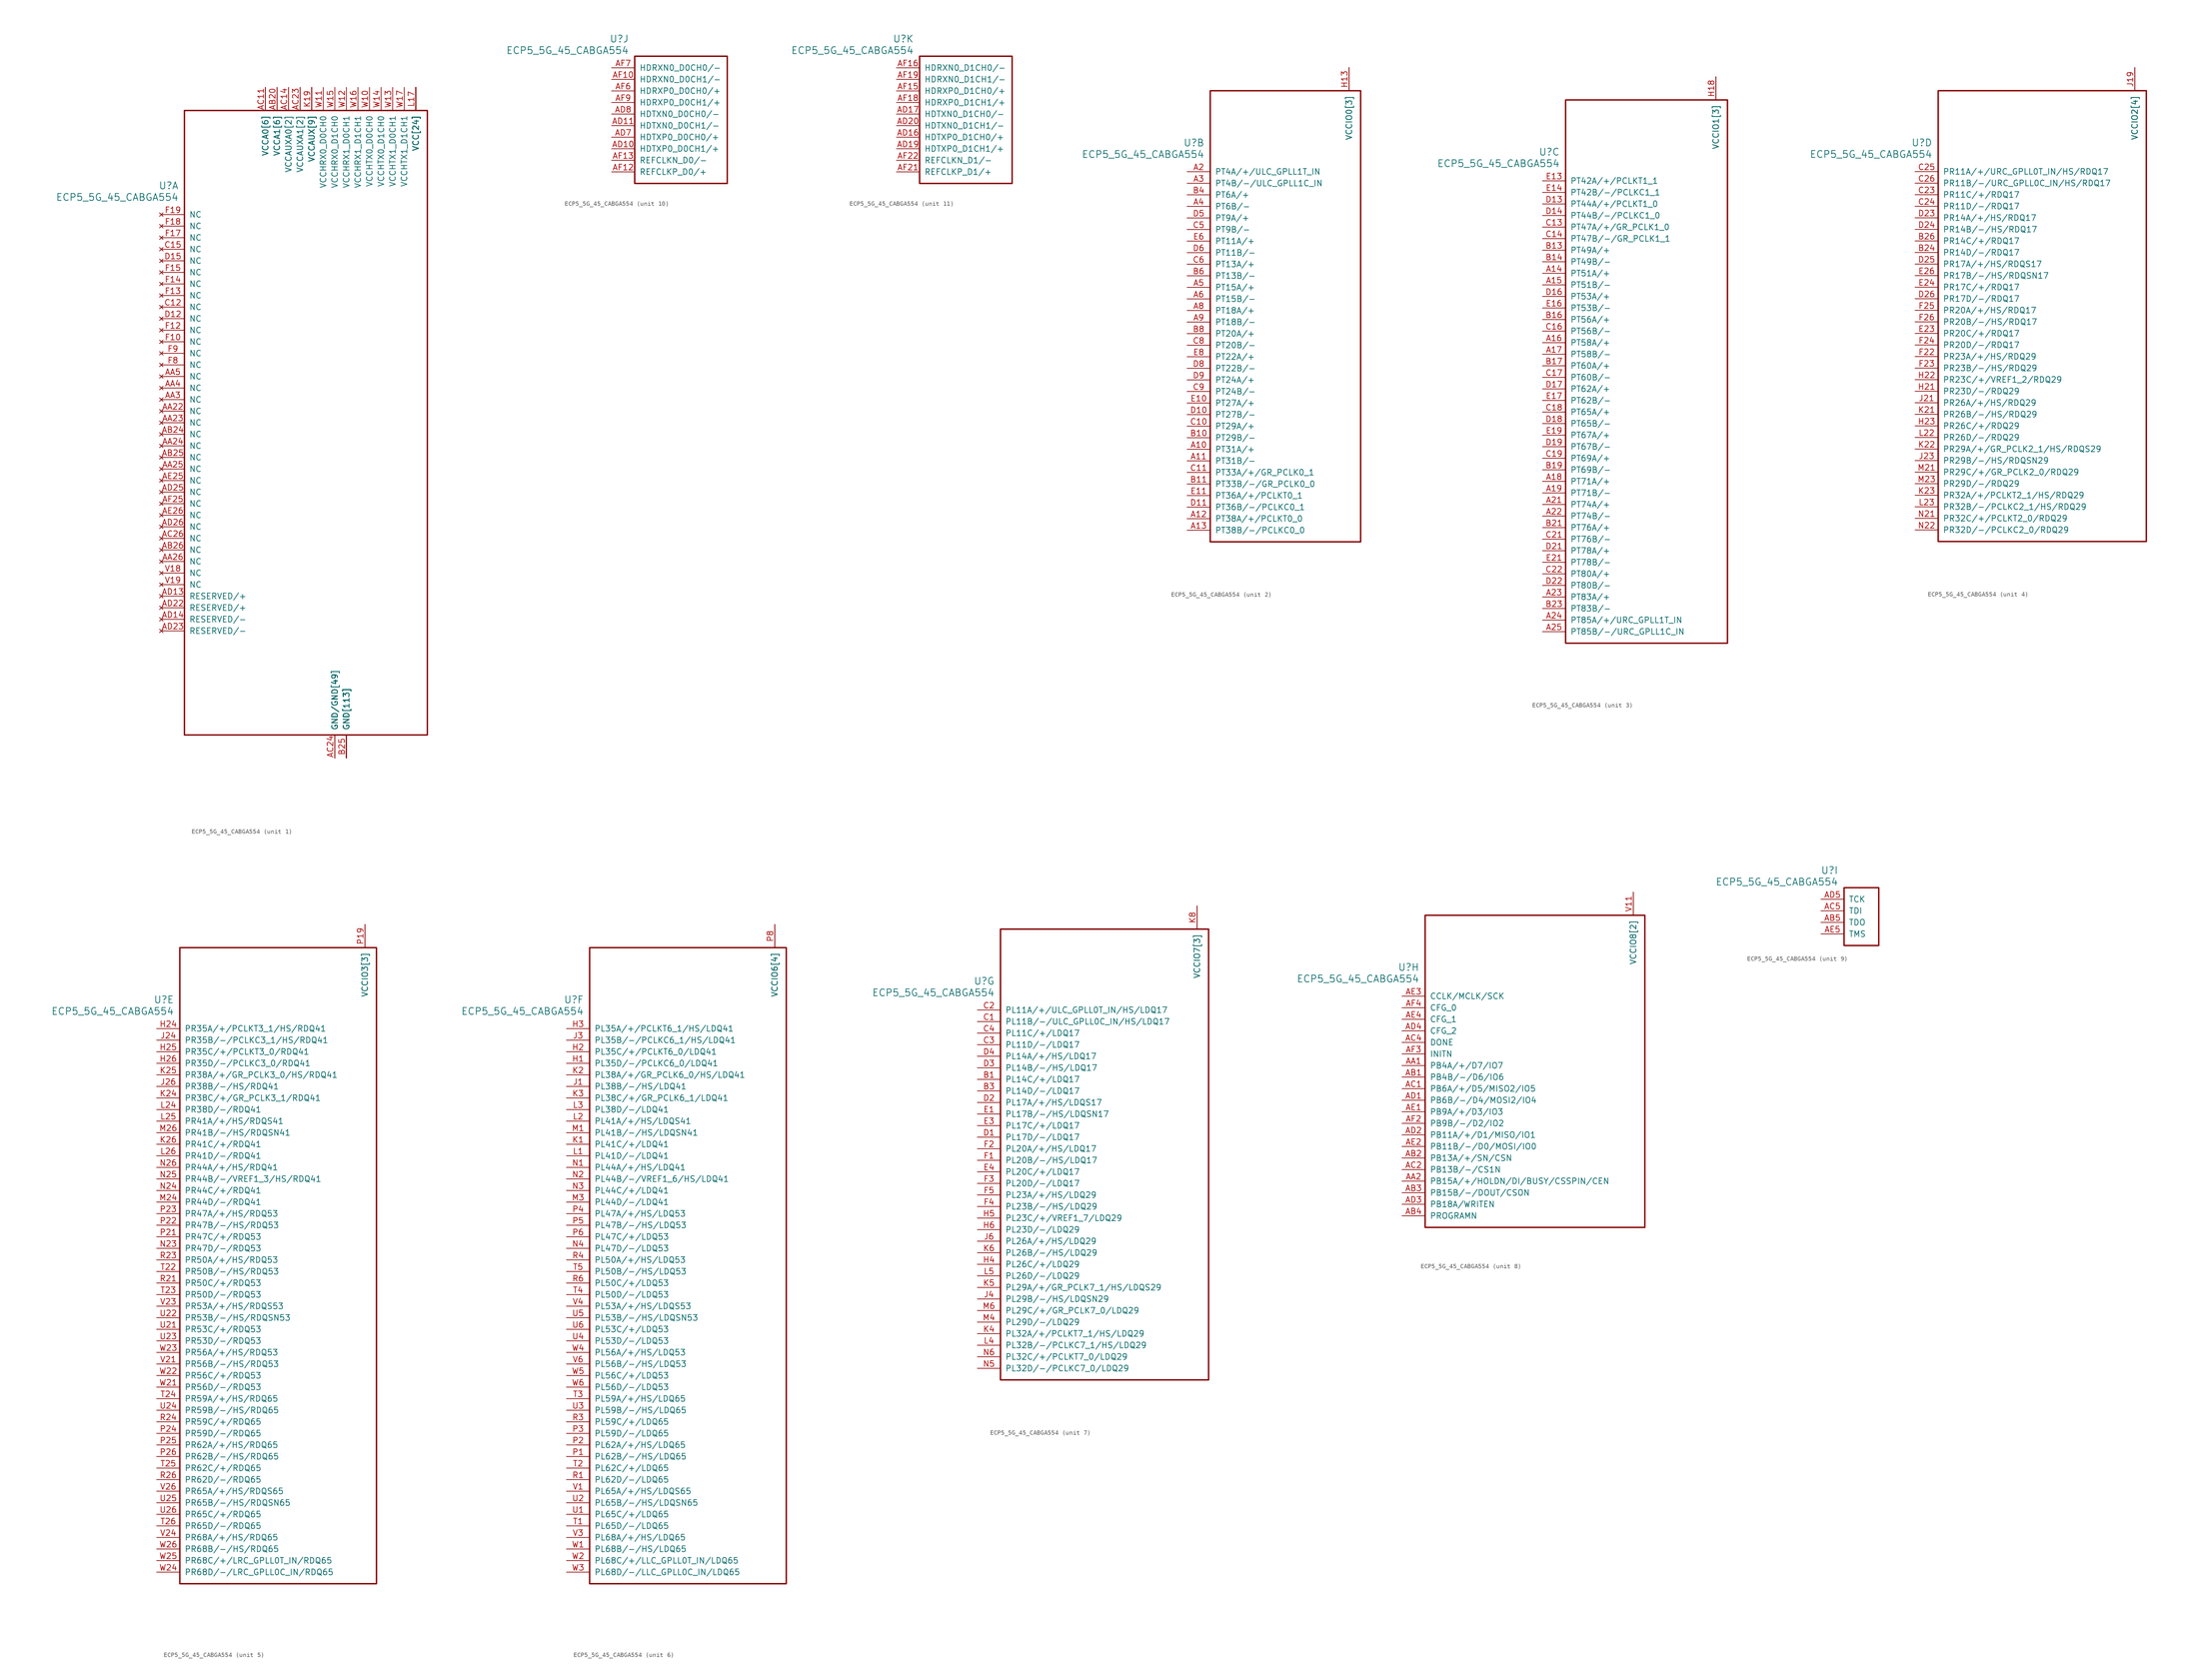
<source format=kicad_sym>
(kicad_symbol_lib
  (version 20231120)
  (generator "kicad_symbol_editor")
  (generator_version "8.0")
  (symbol "ECP5_5G_45_CABGA554"
    (pin_names
      (offset 1.016))
    (property "Reference" "U"
      (at 3.81 6.35 0)
      (effects (font (size 1.524 1.524)) (justify right)))
    (property "Value" "ECP5_5G_45_CABGA554"
      (at 3.81 3.81 0)
      (effects (font (size 1.524 1.524)) (justify right)))
    (property "ki_locked" ""
      (at 0 0 0)
      (effects (font (size 1.27 1.27))))
    (symbol "ECP5_5G_45_CABGA554_1_1"
      (rectangle (start 5.08 22.86) (end 58.42 -114.3) (stroke (width 0.305) (type default)) (fill (type none)))
      (pin power_in line (at 38.1 -119.38 90) (length 5.08) (name "GND/GND[49]" (effects (font (size 1.27 1.27)))) (number "AA10" (effects (font (size 0 0)))))
      (pin power_in line (at 38.1 -119.38 90) (length 5.08) (name "GND/GND[49]" (effects (font (size 1.27 1.27)))) (number "AA12" (effects (font (size 0 0)))))
      (pin power_in line (at 38.1 -119.38 90) (length 5.08) (name "GND/GND[49]" (effects (font (size 1.27 1.27)))) (number "AA13" (effects (font (size 0 0)))))
      (pin power_in line (at 38.1 -119.38 90) (length 5.08) (name "GND/GND[49]" (effects (font (size 1.27 1.27)))) (number "AA14" (effects (font (size 0 0)))))
      (pin power_in line (at 38.1 -119.38 90) (length 5.08) (name "GND/GND[49]" (effects (font (size 1.27 1.27)))) (number "AA15" (effects (font (size 0 0)))))
      (pin power_in line (at 38.1 -119.38 90) (length 5.08) (name "GND/GND[49]" (effects (font (size 1.27 1.27)))) (number "AA17" (effects (font (size 0 0)))))
      (pin power_in line (at 38.1 -119.38 90) (length 5.08) (name "GND/GND[49]" (effects (font (size 1.27 1.27)))) (number "AA18" (effects (font (size 0 0)))))
      (pin power_in line (at 38.1 -119.38 90) (length 5.08) (name "GND/GND[49]" (effects (font (size 1.27 1.27)))) (number "AA20" (effects (font (size 0 0)))))
      (pin no_connect line (at 0 -43.18 0) (length 5.08) (name "NC" (effects (font (size 1.27 1.27)))) (number "AA22" (effects (font (size 1.27 1.27)))))
      (pin no_connect line (at 0 -45.72 0) (length 5.08) (name "NC" (effects (font (size 1.27 1.27)))) (number "AA23" (effects (font (size 1.27 1.27)))))
      (pin no_connect line (at 0 -50.8 0) (length 5.08) (name "NC" (effects (font (size 1.27 1.27)))) (number "AA24" (effects (font (size 1.27 1.27)))))
      (pin no_connect line (at 0 -55.88 0) (length 5.08) (name "NC" (effects (font (size 1.27 1.27)))) (number "AA25" (effects (font (size 1.27 1.27)))))
      (pin no_connect line (at 0 -76.2 0) (length 5.08) (name "NC" (effects (font (size 1.27 1.27)))) (number "AA26" (effects (font (size 1.27 1.27)))))
      (pin no_connect line (at 0 -40.64 0) (length 5.08) (name "NC" (effects (font (size 1.27 1.27)))) (number "AA3" (effects (font (size 1.27 1.27)))))
      (pin no_connect line (at 0 -38.1 0) (length 5.08) (name "NC" (effects (font (size 1.27 1.27)))) (number "AA4" (effects (font (size 1.27 1.27)))))
      (pin no_connect line (at 0 -35.56 0) (length 5.08) (name "NC" (effects (font (size 1.27 1.27)))) (number "AA5" (effects (font (size 1.27 1.27)))))
      (pin power_in line (at 38.1 -119.38 90) (length 5.08) (name "GND/GND[49]" (effects (font (size 1.27 1.27)))) (number "AA7" (effects (font (size 0 0)))))
      (pin power_in line (at 38.1 -119.38 90) (length 5.08) (name "GND/GND[49]" (effects (font (size 1.27 1.27)))) (number "AA9" (effects (font (size 0 0)))))
      (pin power_in line (at 22.86 27.94 270) (length 5.08) (name "VCCA0[6]" (effects (font (size 1.27 1.27)))) (number "AB10" (effects (font (size 0 0)))))
      (pin power_in line (at 38.1 -119.38 90) (length 5.08) (name "GND/GND[49]" (effects (font (size 1.27 1.27)))) (number "AB12" (effects (font (size 0 0)))))
      (pin power_in line (at 38.1 -119.38 90) (length 5.08) (name "GND/GND[49]" (effects (font (size 1.27 1.27)))) (number "AB13" (effects (font (size 0 0)))))
      (pin power_in line (at 38.1 -119.38 90) (length 5.08) (name "GND/GND[49]" (effects (font (size 1.27 1.27)))) (number "AB14" (effects (font (size 0 0)))))
      (pin power_in line (at 38.1 -119.38 90) (length 5.08) (name "GND/GND[49]" (effects (font (size 1.27 1.27)))) (number "AB15" (effects (font (size 0 0)))))
      (pin power_in line (at 25.4 27.94 270) (length 5.08) (name "VCCA1[6]" (effects (font (size 1.27 1.27)))) (number "AB17" (effects (font (size 0 0)))))
      (pin power_in line (at 38.1 -119.38 90) (length 5.08) (name "GND/GND[49]" (effects (font (size 1.27 1.27)))) (number "AB18" (effects (font (size 0 0)))))
      (pin power_in line (at 25.4 27.94 270) (length 5.08) (name "VCCA1[6]" (effects (font (size 1.27 1.27)))) (number "AB20" (effects (font (size 1.27 1.27)))))
      (pin power_in line (at 38.1 -119.38 90) (length 5.08) (name "GND/GND[49]" (effects (font (size 1.27 1.27)))) (number "AB21" (effects (font (size 0 0)))))
      (pin power_in line (at 38.1 -119.38 90) (length 5.08) (name "GND/GND[49]" (effects (font (size 1.27 1.27)))) (number "AB22" (effects (font (size 0 0)))))
      (pin power_in line (at 38.1 -119.38 90) (length 5.08) (name "GND/GND[49]" (effects (font (size 1.27 1.27)))) (number "AB23" (effects (font (size 0 0)))))
      (pin no_connect line (at 0 -48.26 0) (length 5.08) (name "NC" (effects (font (size 1.27 1.27)))) (number "AB24" (effects (font (size 1.27 1.27)))))
      (pin no_connect line (at 0 -53.34 0) (length 5.08) (name "NC" (effects (font (size 1.27 1.27)))) (number "AB25" (effects (font (size 1.27 1.27)))))
      (pin no_connect line (at 0 -73.66 0) (length 5.08) (name "NC" (effects (font (size 1.27 1.27)))) (number "AB26" (effects (font (size 1.27 1.27)))))
      (pin power_in line (at 38.1 -119.38 90) (length 5.08) (name "GND/GND[49]" (effects (font (size 1.27 1.27)))) (number "AB6" (effects (font (size 0 0)))))
      (pin power_in line (at 22.86 27.94 270) (length 5.08) (name "VCCA0[6]" (effects (font (size 1.27 1.27)))) (number "AB7" (effects (font (size 0 0)))))
      (pin power_in line (at 38.1 -119.38 90) (length 5.08) (name "GND/GND[49]" (effects (font (size 1.27 1.27)))) (number "AB9" (effects (font (size 0 0)))))
      (pin power_in line (at 22.86 27.94 270) (length 5.08) (name "VCCA0[6]" (effects (font (size 1.27 1.27)))) (number "AC10" (effects (font (size 0 0)))))
      (pin power_in line (at 22.86 27.94 270) (length 5.08) (name "VCCA0[6]" (effects (font (size 1.27 1.27)))) (number "AC11" (effects (font (size 1.27 1.27)))))
      (pin power_in line (at 38.1 -119.38 90) (length 5.08) (name "GND/GND[49]" (effects (font (size 1.27 1.27)))) (number "AC12" (effects (font (size 0 0)))))
      (pin power_in line (at 27.94 27.94 270) (length 5.08) (name "VCCAUXA0[2]" (effects (font (size 1.27 1.27)))) (number "AC13" (effects (font (size 0 0)))))
      (pin power_in line (at 27.94 27.94 270) (length 5.08) (name "VCCAUXA0[2]" (effects (font (size 1.27 1.27)))) (number "AC14" (effects (font (size 1.27 1.27)))))
      (pin power_in line (at 38.1 -119.38 90) (length 5.08) (name "GND/GND[49]" (effects (font (size 1.27 1.27)))) (number "AC15" (effects (font (size 0 0)))))
      (pin power_in line (at 25.4 27.94 270) (length 5.08) (name "VCCA1[6]" (effects (font (size 1.27 1.27)))) (number "AC16" (effects (font (size 0 0)))))
      (pin power_in line (at 25.4 27.94 270) (length 5.08) (name "VCCA1[6]" (effects (font (size 1.27 1.27)))) (number "AC17" (effects (font (size 0 0)))))
      (pin power_in line (at 38.1 -119.38 90) (length 5.08) (name "GND/GND[49]" (effects (font (size 1.27 1.27)))) (number "AC18" (effects (font (size 0 0)))))
      (pin power_in line (at 25.4 27.94 270) (length 5.08) (name "VCCA1[6]" (effects (font (size 1.27 1.27)))) (number "AC19" (effects (font (size 0 0)))))
      (pin power_in line (at 25.4 27.94 270) (length 5.08) (name "VCCA1[6]" (effects (font (size 1.27 1.27)))) (number "AC20" (effects (font (size 0 0)))))
      (pin power_in line (at 38.1 -119.38 90) (length 5.08) (name "GND/GND[49]" (effects (font (size 1.27 1.27)))) (number "AC21" (effects (font (size 0 0)))))
      (pin power_in line (at 30.48 27.94 270) (length 5.08) (name "VCCAUXA1[2]" (effects (font (size 1.27 1.27)))) (number "AC22" (effects (font (size 0 0)))))
      (pin power_in line (at 30.48 27.94 270) (length 5.08) (name "VCCAUXA1[2]" (effects (font (size 1.27 1.27)))) (number "AC23" (effects (font (size 1.27 1.27)))))
      (pin power_in line (at 38.1 -119.38 90) (length 5.08) (name "GND/GND[49]" (effects (font (size 1.27 1.27)))) (number "AC24" (effects (font (size 1.27 1.27)))))
      (pin power_in line (at 40.64 -119.38 90) (length 5.08) (name "GND[113]" (effects (font (size 1.27 1.27)))) (number "AC25" (effects (font (size 0 0)))))
      (pin no_connect line (at 0 -71.12 0) (length 5.08) (name "NC" (effects (font (size 1.27 1.27)))) (number "AC26" (effects (font (size 1.27 1.27)))))
      (pin power_in line (at 40.64 -119.38 90) (length 5.08) (name "GND[113]" (effects (font (size 1.27 1.27)))) (number "AC3" (effects (font (size 0 0)))))
      (pin power_in line (at 38.1 -119.38 90) (length 5.08) (name "GND/GND[49]" (effects (font (size 1.27 1.27)))) (number "AC6" (effects (font (size 0 0)))))
      (pin power_in line (at 22.86 27.94 270) (length 5.08) (name "VCCA0[6]" (effects (font (size 1.27 1.27)))) (number "AC7" (effects (font (size 0 0)))))
      (pin power_in line (at 22.86 27.94 270) (length 5.08) (name "VCCA0[6]" (effects (font (size 1.27 1.27)))) (number "AC8" (effects (font (size 0 0)))))
      (pin power_in line (at 38.1 -119.38 90) (length 5.08) (name "GND/GND[49]" (effects (font (size 1.27 1.27)))) (number "AC9" (effects (font (size 0 0)))))
      (pin power_in line (at 38.1 -119.38 90) (length 5.08) (name "GND/GND[49]" (effects (font (size 1.27 1.27)))) (number "AD12" (effects (font (size 0 0)))))
      (pin no_connect line (at 0 -83.82 0) (length 5.08) (name "RESERVED/+" (effects (font (size 1.27 1.27)))) (number "AD13" (effects (font (size 1.27 1.27)))))
      (pin no_connect line (at 0 -88.9 0) (length 5.08) (name "RESERVED/-" (effects (font (size 1.27 1.27)))) (number "AD14" (effects (font (size 1.27 1.27)))))
      (pin power_in line (at 38.1 -119.38 90) (length 5.08) (name "GND/GND[49]" (effects (font (size 1.27 1.27)))) (number "AD15" (effects (font (size 0 0)))))
      (pin power_in line (at 38.1 -119.38 90) (length 5.08) (name "GND/GND[49]" (effects (font (size 1.27 1.27)))) (number "AD18" (effects (font (size 0 0)))))
      (pin power_in line (at 38.1 -119.38 90) (length 5.08) (name "GND/GND[49]" (effects (font (size 1.27 1.27)))) (number "AD21" (effects (font (size 0 0)))))
      (pin no_connect line (at 0 -86.36 0) (length 5.08) (name "RESERVED/+" (effects (font (size 1.27 1.27)))) (number "AD22" (effects (font (size 1.27 1.27)))))
      (pin no_connect line (at 0 -91.44 0) (length 5.08) (name "RESERVED/-" (effects (font (size 1.27 1.27)))) (number "AD23" (effects (font (size 1.27 1.27)))))
      (pin power_in line (at 38.1 -119.38 90) (length 5.08) (name "GND/GND[49]" (effects (font (size 1.27 1.27)))) (number "AD24" (effects (font (size 0 0)))))
      (pin no_connect line (at 0 -60.96 0) (length 5.08) (name "NC" (effects (font (size 1.27 1.27)))) (number "AD25" (effects (font (size 1.27 1.27)))))
      (pin no_connect line (at 0 -68.58 0) (length 5.08) (name "NC" (effects (font (size 1.27 1.27)))) (number "AD26" (effects (font (size 1.27 1.27)))))
      (pin power_in line (at 38.1 -119.38 90) (length 5.08) (name "GND/GND[49]" (effects (font (size 1.27 1.27)))) (number "AD6" (effects (font (size 0 0)))))
      (pin power_in line (at 38.1 -119.38 90) (length 5.08) (name "GND/GND[49]" (effects (font (size 1.27 1.27)))) (number "AD9" (effects (font (size 0 0)))))
      (pin power_in line (at 38.1 -119.38 90) (length 5.08) (name "GND/GND[49]" (effects (font (size 1.27 1.27)))) (number "AE10" (effects (font (size 0 0)))))
      (pin power_in line (at 38.1 -119.38 90) (length 5.08) (name "GND/GND[49]" (effects (font (size 1.27 1.27)))) (number "AE12" (effects (font (size 0 0)))))
      (pin power_in line (at 38.1 -119.38 90) (length 5.08) (name "GND/GND[49]" (effects (font (size 1.27 1.27)))) (number "AE13" (effects (font (size 0 0)))))
      (pin power_in line (at 38.1 -119.38 90) (length 5.08) (name "GND/GND[49]" (effects (font (size 1.27 1.27)))) (number "AE15" (effects (font (size 0 0)))))
      (pin power_in line (at 38.1 -119.38 90) (length 5.08) (name "GND/GND[49]" (effects (font (size 1.27 1.27)))) (number "AE16" (effects (font (size 0 0)))))
      (pin power_in line (at 38.1 -119.38 90) (length 5.08) (name "GND/GND[49]" (effects (font (size 1.27 1.27)))) (number "AE18" (effects (font (size 0 0)))))
      (pin power_in line (at 38.1 -119.38 90) (length 5.08) (name "GND/GND[49]" (effects (font (size 1.27 1.27)))) (number "AE19" (effects (font (size 0 0)))))
      (pin power_in line (at 38.1 -119.38 90) (length 5.08) (name "GND/GND[49]" (effects (font (size 1.27 1.27)))) (number "AE21" (effects (font (size 0 0)))))
      (pin power_in line (at 38.1 -119.38 90) (length 5.08) (name "GND/GND[49]" (effects (font (size 1.27 1.27)))) (number "AE22" (effects (font (size 0 0)))))
      (pin power_in line (at 38.1 -119.38 90) (length 5.08) (name "GND/GND[49]" (effects (font (size 1.27 1.27)))) (number "AE24" (effects (font (size 0 0)))))
      (pin no_connect line (at 0 -58.42 0) (length 5.08) (name "NC" (effects (font (size 1.27 1.27)))) (number "AE25" (effects (font (size 1.27 1.27)))))
      (pin no_connect line (at 0 -66.04 0) (length 5.08) (name "NC" (effects (font (size 1.27 1.27)))) (number "AE26" (effects (font (size 1.27 1.27)))))
      (pin power_in line (at 38.1 -119.38 90) (length 5.08) (name "GND/GND[49]" (effects (font (size 1.27 1.27)))) (number "AE6" (effects (font (size 0 0)))))
      (pin power_in line (at 38.1 -119.38 90) (length 5.08) (name "GND/GND[49]" (effects (font (size 1.27 1.27)))) (number "AE7" (effects (font (size 0 0)))))
      (pin power_in line (at 38.1 -119.38 90) (length 5.08) (name "GND/GND[49]" (effects (font (size 1.27 1.27)))) (number "AE9" (effects (font (size 0 0)))))
      (pin power_in line (at 38.1 -119.38 90) (length 5.08) (name "GND/GND[49]" (effects (font (size 1.27 1.27)))) (number "AF24" (effects (font (size 0 0)))))
      (pin no_connect line (at 0 -63.5 0) (length 5.08) (name "NC" (effects (font (size 1.27 1.27)))) (number "AF25" (effects (font (size 1.27 1.27)))))
      (pin power_in line (at 38.1 -119.38 90) (length 5.08) (name "GND/GND[49]" (effects (font (size 1.27 1.27)))) (number "AF5" (effects (font (size 0 0)))))
      (pin power_in line (at 40.64 -119.38 90) (length 5.08) (name "GND[113]" (effects (font (size 1.27 1.27)))) (number "B12" (effects (font (size 0 0)))))
      (pin power_in line (at 40.64 -119.38 90) (length 5.08) (name "GND[113]" (effects (font (size 1.27 1.27)))) (number "B15" (effects (font (size 0 0)))))
      (pin power_in line (at 40.64 -119.38 90) (length 5.08) (name "GND[113]" (effects (font (size 1.27 1.27)))) (number "B18" (effects (font (size 0 0)))))
      (pin power_in line (at 40.64 -119.38 90) (length 5.08) (name "GND[113]" (effects (font (size 1.27 1.27)))) (number "B2" (effects (font (size 0 0)))))
      (pin power_in line (at 40.64 -119.38 90) (length 5.08) (name "GND[113]" (effects (font (size 1.27 1.27)))) (number "B22" (effects (font (size 0 0)))))
      (pin power_in line (at 40.64 -119.38 90) (length 5.08) (name "GND[113]" (effects (font (size 1.27 1.27)))) (number "B25" (effects (font (size 1.27 1.27)))))
      (pin power_in line (at 40.64 -119.38 90) (length 5.08) (name "GND[113]" (effects (font (size 1.27 1.27)))) (number "B5" (effects (font (size 0 0)))))
      (pin power_in line (at 40.64 -119.38 90) (length 5.08) (name "GND[113]" (effects (font (size 1.27 1.27)))) (number "B9" (effects (font (size 0 0)))))
      (pin no_connect line (at 0 -20.32 0) (length 5.08) (name "NC" (effects (font (size 1.27 1.27)))) (number "C12" (effects (font (size 1.27 1.27)))))
      (pin no_connect line (at 0 -7.62 0) (length 5.08) (name "NC" (effects (font (size 1.27 1.27)))) (number "C15" (effects (font (size 1.27 1.27)))))
      (pin no_connect line (at 0 -22.86 0) (length 5.08) (name "NC" (effects (font (size 1.27 1.27)))) (number "D12" (effects (font (size 1.27 1.27)))))
      (pin no_connect line (at 0 -10.16 0) (length 5.08) (name "NC" (effects (font (size 1.27 1.27)))) (number "D15" (effects (font (size 1.27 1.27)))))
      (pin power_in line (at 40.64 -119.38 90) (length 5.08) (name "GND[113]" (effects (font (size 1.27 1.27)))) (number "E12" (effects (font (size 0 0)))))
      (pin power_in line (at 40.64 -119.38 90) (length 5.08) (name "GND[113]" (effects (font (size 1.27 1.27)))) (number "E15" (effects (font (size 0 0)))))
      (pin power_in line (at 40.64 -119.38 90) (length 5.08) (name "GND[113]" (effects (font (size 1.27 1.27)))) (number "E18" (effects (font (size 0 0)))))
      (pin power_in line (at 40.64 -119.38 90) (length 5.08) (name "GND[113]" (effects (font (size 1.27 1.27)))) (number "E2" (effects (font (size 0 0)))))
      (pin power_in line (at 40.64 -119.38 90) (length 5.08) (name "GND[113]" (effects (font (size 1.27 1.27)))) (number "E22" (effects (font (size 0 0)))))
      (pin power_in line (at 40.64 -119.38 90) (length 5.08) (name "GND[113]" (effects (font (size 1.27 1.27)))) (number "E25" (effects (font (size 0 0)))))
      (pin power_in line (at 40.64 -119.38 90) (length 5.08) (name "GND[113]" (effects (font (size 1.27 1.27)))) (number "E5" (effects (font (size 0 0)))))
      (pin power_in line (at 40.64 -119.38 90) (length 5.08) (name "GND[113]" (effects (font (size 1.27 1.27)))) (number "E9" (effects (font (size 0 0)))))
      (pin no_connect line (at 0 -27.94 0) (length 5.08) (name "NC" (effects (font (size 1.27 1.27)))) (number "F10" (effects (font (size 1.27 1.27)))))
      (pin no_connect line (at 0 -25.4 0) (length 5.08) (name "NC" (effects (font (size 1.27 1.27)))) (number "F12" (effects (font (size 1.27 1.27)))))
      (pin no_connect line (at 0 -17.78 0) (length 5.08) (name "NC" (effects (font (size 1.27 1.27)))) (number "F13" (effects (font (size 1.27 1.27)))))
      (pin no_connect line (at 0 -15.24 0) (length 5.08) (name "NC" (effects (font (size 1.27 1.27)))) (number "F14" (effects (font (size 1.27 1.27)))))
      (pin no_connect line (at 0 -12.7 0) (length 5.08) (name "NC" (effects (font (size 1.27 1.27)))) (number "F15" (effects (font (size 1.27 1.27)))))
      (pin no_connect line (at 0 -5.08 0) (length 5.08) (name "NC" (effects (font (size 1.27 1.27)))) (number "F17" (effects (font (size 1.27 1.27)))))
      (pin no_connect line (at 0 -2.54 0) (length 5.08) (name "NC" (effects (font (size 1.27 1.27)))) (number "F18" (effects (font (size 1.27 1.27)))))
      (pin no_connect line (at 0 0 0) (length 5.08) (name "NC" (effects (font (size 1.27 1.27)))) (number "F19" (effects (font (size 1.27 1.27)))))
      (pin no_connect line (at 0 -33.02 0) (length 5.08) (name "NC" (effects (font (size 1.27 1.27)))) (number "F8" (effects (font (size 1.27 1.27)))))
      (pin no_connect line (at 0 -30.48 0) (length 5.08) (name "NC" (effects (font (size 1.27 1.27)))) (number "F9" (effects (font (size 1.27 1.27)))))
      (pin power_in line (at 33.02 27.94 270) (length 5.08) (name "VCCAUX[9]" (effects (font (size 1.27 1.27)))) (number "H11" (effects (font (size 0 0)))))
      (pin power_in line (at 33.02 27.94 270) (length 5.08) (name "VCCAUX[9]" (effects (font (size 1.27 1.27)))) (number "H14" (effects (font (size 0 0)))))
      (pin power_in line (at 33.02 27.94 270) (length 5.08) (name "VCCAUX[9]" (effects (font (size 1.27 1.27)))) (number "H17" (effects (font (size 0 0)))))
      (pin power_in line (at 40.64 -119.38 90) (length 5.08) (name "GND[113]" (effects (font (size 1.27 1.27)))) (number "H19" (effects (font (size 0 0)))))
      (pin power_in line (at 40.64 -119.38 90) (length 5.08) (name "GND[113]" (effects (font (size 1.27 1.27)))) (number "H8" (effects (font (size 0 0)))))
      (pin power_in line (at 40.64 -119.38 90) (length 5.08) (name "GND[113]" (effects (font (size 1.27 1.27)))) (number "H9" (effects (font (size 0 0)))))
      (pin power_in line (at 40.64 -119.38 90) (length 5.08) (name "GND[113]" (effects (font (size 1.27 1.27)))) (number "J10" (effects (font (size 0 0)))))
      (pin power_in line (at 40.64 -119.38 90) (length 5.08) (name "GND[113]" (effects (font (size 1.27 1.27)))) (number "J11" (effects (font (size 0 0)))))
      (pin power_in line (at 40.64 -119.38 90) (length 5.08) (name "GND[113]" (effects (font (size 1.27 1.27)))) (number "J12" (effects (font (size 0 0)))))
      (pin power_in line (at 40.64 -119.38 90) (length 5.08) (name "GND[113]" (effects (font (size 1.27 1.27)))) (number "J13" (effects (font (size 0 0)))))
      (pin power_in line (at 40.64 -119.38 90) (length 5.08) (name "GND[113]" (effects (font (size 1.27 1.27)))) (number "J14" (effects (font (size 0 0)))))
      (pin power_in line (at 40.64 -119.38 90) (length 5.08) (name "GND[113]" (effects (font (size 1.27 1.27)))) (number "J15" (effects (font (size 0 0)))))
      (pin power_in line (at 40.64 -119.38 90) (length 5.08) (name "GND[113]" (effects (font (size 1.27 1.27)))) (number "J16" (effects (font (size 0 0)))))
      (pin power_in line (at 40.64 -119.38 90) (length 5.08) (name "GND[113]" (effects (font (size 1.27 1.27)))) (number "J17" (effects (font (size 0 0)))))
      (pin power_in line (at 40.64 -119.38 90) (length 5.08) (name "GND[113]" (effects (font (size 1.27 1.27)))) (number "J18" (effects (font (size 0 0)))))
      (pin power_in line (at 40.64 -119.38 90) (length 5.08) (name "GND[113]" (effects (font (size 1.27 1.27)))) (number "J2" (effects (font (size 0 0)))))
      (pin power_in line (at 40.64 -119.38 90) (length 5.08) (name "GND[113]" (effects (font (size 1.27 1.27)))) (number "J22" (effects (font (size 0 0)))))
      (pin power_in line (at 40.64 -119.38 90) (length 5.08) (name "GND[113]" (effects (font (size 1.27 1.27)))) (number "J25" (effects (font (size 0 0)))))
      (pin power_in line (at 40.64 -119.38 90) (length 5.08) (name "GND[113]" (effects (font (size 1.27 1.27)))) (number "J5" (effects (font (size 0 0)))))
      (pin power_in line (at 40.64 -119.38 90) (length 5.08) (name "GND[113]" (effects (font (size 1.27 1.27)))) (number "J8" (effects (font (size 0 0)))))
      (pin power_in line (at 40.64 -119.38 90) (length 5.08) (name "GND[113]" (effects (font (size 1.27 1.27)))) (number "J9" (effects (font (size 0 0)))))
      (pin power_in line (at 40.64 -119.38 90) (length 5.08) (name "GND[113]" (effects (font (size 1.27 1.27)))) (number "K10" (effects (font (size 0 0)))))
      (pin power_in line (at 55.88 27.94 270) (length 5.08) (name "VCC[24]" (effects (font (size 1.27 1.27)))) (number "K11" (effects (font (size 0 0)))))
      (pin power_in line (at 55.88 27.94 270) (length 5.08) (name "VCC[24]" (effects (font (size 1.27 1.27)))) (number "K12" (effects (font (size 0 0)))))
      (pin power_in line (at 55.88 27.94 270) (length 5.08) (name "VCC[24]" (effects (font (size 1.27 1.27)))) (number "K13" (effects (font (size 0 0)))))
      (pin power_in line (at 55.88 27.94 270) (length 5.08) (name "VCC[24]" (effects (font (size 1.27 1.27)))) (number "K14" (effects (font (size 0 0)))))
      (pin power_in line (at 55.88 27.94 270) (length 5.08) (name "VCC[24]" (effects (font (size 1.27 1.27)))) (number "K15" (effects (font (size 0 0)))))
      (pin power_in line (at 55.88 27.94 270) (length 5.08) (name "VCC[24]" (effects (font (size 1.27 1.27)))) (number "K16" (effects (font (size 0 0)))))
      (pin power_in line (at 40.64 -119.38 90) (length 5.08) (name "GND[113]" (effects (font (size 1.27 1.27)))) (number "K17" (effects (font (size 0 0)))))
      (pin power_in line (at 40.64 -119.38 90) (length 5.08) (name "GND[113]" (effects (font (size 1.27 1.27)))) (number "K18" (effects (font (size 0 0)))))
      (pin power_in line (at 33.02 27.94 270) (length 5.08) (name "VCCAUX[9]" (effects (font (size 1.27 1.27)))) (number "K19" (effects (font (size 1.27 1.27)))))
      (pin power_in line (at 40.64 -119.38 90) (length 5.08) (name "GND[113]" (effects (font (size 1.27 1.27)))) (number "K9" (effects (font (size 0 0)))))
      (pin power_in line (at 55.88 27.94 270) (length 5.08) (name "VCC[24]" (effects (font (size 1.27 1.27)))) (number "L10" (effects (font (size 0 0)))))
      (pin power_in line (at 40.64 -119.38 90) (length 5.08) (name "GND[113]" (effects (font (size 1.27 1.27)))) (number "L11" (effects (font (size 0 0)))))
      (pin power_in line (at 40.64 -119.38 90) (length 5.08) (name "GND[113]" (effects (font (size 1.27 1.27)))) (number "L12" (effects (font (size 0 0)))))
      (pin power_in line (at 40.64 -119.38 90) (length 5.08) (name "GND[113]" (effects (font (size 1.27 1.27)))) (number "L13" (effects (font (size 0 0)))))
      (pin power_in line (at 40.64 -119.38 90) (length 5.08) (name "GND[113]" (effects (font (size 1.27 1.27)))) (number "L14" (effects (font (size 0 0)))))
      (pin power_in line (at 40.64 -119.38 90) (length 5.08) (name "GND[113]" (effects (font (size 1.27 1.27)))) (number "L15" (effects (font (size 0 0)))))
      (pin power_in line (at 40.64 -119.38 90) (length 5.08) (name "GND[113]" (effects (font (size 1.27 1.27)))) (number "L16" (effects (font (size 0 0)))))
      (pin power_in line (at 55.88 27.94 270) (length 5.08) (name "VCC[24]" (effects (font (size 1.27 1.27)))) (number "L17" (effects (font (size 1.27 1.27)))))
      (pin power_in line (at 40.64 -119.38 90) (length 5.08) (name "GND[113]" (effects (font (size 1.27 1.27)))) (number "L18" (effects (font (size 0 0)))))
      (pin power_in line (at 33.02 27.94 270) (length 5.08) (name "VCCAUX[9]" (effects (font (size 1.27 1.27)))) (number "L8" (effects (font (size 0 0)))))
      (pin power_in line (at 40.64 -119.38 90) (length 5.08) (name "GND[113]" (effects (font (size 1.27 1.27)))) (number "L9" (effects (font (size 0 0)))))
      (pin power_in line (at 55.88 27.94 270) (length 5.08) (name "VCC[24]" (effects (font (size 1.27 1.27)))) (number "M10" (effects (font (size 0 0)))))
      (pin power_in line (at 40.64 -119.38 90) (length 5.08) (name "GND[113]" (effects (font (size 1.27 1.27)))) (number "M11" (effects (font (size 0 0)))))
      (pin power_in line (at 40.64 -119.38 90) (length 5.08) (name "GND[113]" (effects (font (size 1.27 1.27)))) (number "M12" (effects (font (size 0 0)))))
      (pin power_in line (at 40.64 -119.38 90) (length 5.08) (name "GND[113]" (effects (font (size 1.27 1.27)))) (number "M13" (effects (font (size 0 0)))))
      (pin power_in line (at 40.64 -119.38 90) (length 5.08) (name "GND[113]" (effects (font (size 1.27 1.27)))) (number "M14" (effects (font (size 0 0)))))
      (pin power_in line (at 40.64 -119.38 90) (length 5.08) (name "GND[113]" (effects (font (size 1.27 1.27)))) (number "M15" (effects (font (size 0 0)))))
      (pin power_in line (at 40.64 -119.38 90) (length 5.08) (name "GND[113]" (effects (font (size 1.27 1.27)))) (number "M16" (effects (font (size 0 0)))))
      (pin power_in line (at 55.88 27.94 270) (length 5.08) (name "VCC[24]" (effects (font (size 1.27 1.27)))) (number "M17" (effects (font (size 0 0)))))
      (pin power_in line (at 40.64 -119.38 90) (length 5.08) (name "GND[113]" (effects (font (size 1.27 1.27)))) (number "M18" (effects (font (size 0 0)))))
      (pin power_in line (at 40.64 -119.38 90) (length 5.08) (name "GND[113]" (effects (font (size 1.27 1.27)))) (number "M2" (effects (font (size 0 0)))))
      (pin power_in line (at 40.64 -119.38 90) (length 5.08) (name "GND[113]" (effects (font (size 1.27 1.27)))) (number "M22" (effects (font (size 0 0)))))
      (pin power_in line (at 40.64 -119.38 90) (length 5.08) (name "GND[113]" (effects (font (size 1.27 1.27)))) (number "M25" (effects (font (size 0 0)))))
      (pin power_in line (at 40.64 -119.38 90) (length 5.08) (name "GND[113]" (effects (font (size 1.27 1.27)))) (number "M5" (effects (font (size 0 0)))))
      (pin power_in line (at 40.64 -119.38 90) (length 5.08) (name "GND[113]" (effects (font (size 1.27 1.27)))) (number "M9" (effects (font (size 0 0)))))
      (pin power_in line (at 55.88 27.94 270) (length 5.08) (name "VCC[24]" (effects (font (size 1.27 1.27)))) (number "N10" (effects (font (size 0 0)))))
      (pin power_in line (at 40.64 -119.38 90) (length 5.08) (name "GND[113]" (effects (font (size 1.27 1.27)))) (number "N11" (effects (font (size 0 0)))))
      (pin power_in line (at 40.64 -119.38 90) (length 5.08) (name "GND[113]" (effects (font (size 1.27 1.27)))) (number "N12" (effects (font (size 0 0)))))
      (pin power_in line (at 40.64 -119.38 90) (length 5.08) (name "GND[113]" (effects (font (size 1.27 1.27)))) (number "N13" (effects (font (size 0 0)))))
      (pin power_in line (at 40.64 -119.38 90) (length 5.08) (name "GND[113]" (effects (font (size 1.27 1.27)))) (number "N14" (effects (font (size 0 0)))))
      (pin power_in line (at 40.64 -119.38 90) (length 5.08) (name "GND[113]" (effects (font (size 1.27 1.27)))) (number "N15" (effects (font (size 0 0)))))
      (pin power_in line (at 40.64 -119.38 90) (length 5.08) (name "GND[113]" (effects (font (size 1.27 1.27)))) (number "N16" (effects (font (size 0 0)))))
      (pin power_in line (at 55.88 27.94 270) (length 5.08) (name "VCC[24]" (effects (font (size 1.27 1.27)))) (number "N17" (effects (font (size 0 0)))))
      (pin power_in line (at 40.64 -119.38 90) (length 5.08) (name "GND[113]" (effects (font (size 1.27 1.27)))) (number "N18" (effects (font (size 0 0)))))
      (pin power_in line (at 40.64 -119.38 90) (length 5.08) (name "GND[113]" (effects (font (size 1.27 1.27)))) (number "N9" (effects (font (size 0 0)))))
      (pin power_in line (at 55.88 27.94 270) (length 5.08) (name "VCC[24]" (effects (font (size 1.27 1.27)))) (number "P10" (effects (font (size 0 0)))))
      (pin power_in line (at 40.64 -119.38 90) (length 5.08) (name "GND[113]" (effects (font (size 1.27 1.27)))) (number "P11" (effects (font (size 0 0)))))
      (pin power_in line (at 40.64 -119.38 90) (length 5.08) (name "GND[113]" (effects (font (size 1.27 1.27)))) (number "P12" (effects (font (size 0 0)))))
      (pin power_in line (at 40.64 -119.38 90) (length 5.08) (name "GND[113]" (effects (font (size 1.27 1.27)))) (number "P13" (effects (font (size 0 0)))))
      (pin power_in line (at 40.64 -119.38 90) (length 5.08) (name "GND[113]" (effects (font (size 1.27 1.27)))) (number "P14" (effects (font (size 0 0)))))
      (pin power_in line (at 40.64 -119.38 90) (length 5.08) (name "GND[113]" (effects (font (size 1.27 1.27)))) (number "P15" (effects (font (size 0 0)))))
      (pin power_in line (at 40.64 -119.38 90) (length 5.08) (name "GND[113]" (effects (font (size 1.27 1.27)))) (number "P16" (effects (font (size 0 0)))))
      (pin power_in line (at 55.88 27.94 270) (length 5.08) (name "VCC[24]" (effects (font (size 1.27 1.27)))) (number "P17" (effects (font (size 0 0)))))
      (pin power_in line (at 40.64 -119.38 90) (length 5.08) (name "GND[113]" (effects (font (size 1.27 1.27)))) (number "P18" (effects (font (size 0 0)))))
      (pin power_in line (at 40.64 -119.38 90) (length 5.08) (name "GND[113]" (effects (font (size 1.27 1.27)))) (number "P9" (effects (font (size 0 0)))))
      (pin power_in line (at 55.88 27.94 270) (length 5.08) (name "VCC[24]" (effects (font (size 1.27 1.27)))) (number "R10" (effects (font (size 0 0)))))
      (pin power_in line (at 40.64 -119.38 90) (length 5.08) (name "GND[113]" (effects (font (size 1.27 1.27)))) (number "R11" (effects (font (size 0 0)))))
      (pin power_in line (at 40.64 -119.38 90) (length 5.08) (name "GND[113]" (effects (font (size 1.27 1.27)))) (number "R12" (effects (font (size 0 0)))))
      (pin power_in line (at 40.64 -119.38 90) (length 5.08) (name "GND[113]" (effects (font (size 1.27 1.27)))) (number "R13" (effects (font (size 0 0)))))
      (pin power_in line (at 40.64 -119.38 90) (length 5.08) (name "GND[113]" (effects (font (size 1.27 1.27)))) (number "R14" (effects (font (size 0 0)))))
      (pin power_in line (at 40.64 -119.38 90) (length 5.08) (name "GND[113]" (effects (font (size 1.27 1.27)))) (number "R15" (effects (font (size 0 0)))))
      (pin power_in line (at 40.64 -119.38 90) (length 5.08) (name "GND[113]" (effects (font (size 1.27 1.27)))) (number "R16" (effects (font (size 0 0)))))
      (pin power_in line (at 55.88 27.94 270) (length 5.08) (name "VCC[24]" (effects (font (size 1.27 1.27)))) (number "R17" (effects (font (size 0 0)))))
      (pin power_in line (at 40.64 -119.38 90) (length 5.08) (name "GND[113]" (effects (font (size 1.27 1.27)))) (number "R18" (effects (font (size 0 0)))))
      (pin power_in line (at 40.64 -119.38 90) (length 5.08) (name "GND[113]" (effects (font (size 1.27 1.27)))) (number "R2" (effects (font (size 0 0)))))
      (pin power_in line (at 40.64 -119.38 90) (length 5.08) (name "GND[113]" (effects (font (size 1.27 1.27)))) (number "R22" (effects (font (size 0 0)))))
      (pin power_in line (at 40.64 -119.38 90) (length 5.08) (name "GND[113]" (effects (font (size 1.27 1.27)))) (number "R25" (effects (font (size 0 0)))))
      (pin power_in line (at 40.64 -119.38 90) (length 5.08) (name "GND[113]" (effects (font (size 1.27 1.27)))) (number "R5" (effects (font (size 0 0)))))
      (pin power_in line (at 40.64 -119.38 90) (length 5.08) (name "GND[113]" (effects (font (size 1.27 1.27)))) (number "R9" (effects (font (size 0 0)))))
      (pin power_in line (at 55.88 27.94 270) (length 5.08) (name "VCC[24]" (effects (font (size 1.27 1.27)))) (number "T10" (effects (font (size 0 0)))))
      (pin power_in line (at 55.88 27.94 270) (length 5.08) (name "VCC[24]" (effects (font (size 1.27 1.27)))) (number "T11" (effects (font (size 0 0)))))
      (pin power_in line (at 55.88 27.94 270) (length 5.08) (name "VCC[24]" (effects (font (size 1.27 1.27)))) (number "T12" (effects (font (size 0 0)))))
      (pin power_in line (at 55.88 27.94 270) (length 5.08) (name "VCC[24]" (effects (font (size 1.27 1.27)))) (number "T13" (effects (font (size 0 0)))))
      (pin power_in line (at 55.88 27.94 270) (length 5.08) (name "VCC[24]" (effects (font (size 1.27 1.27)))) (number "T14" (effects (font (size 0 0)))))
      (pin power_in line (at 55.88 27.94 270) (length 5.08) (name "VCC[24]" (effects (font (size 1.27 1.27)))) (number "T15" (effects (font (size 0 0)))))
      (pin power_in line (at 55.88 27.94 270) (length 5.08) (name "VCC[24]" (effects (font (size 1.27 1.27)))) (number "T16" (effects (font (size 0 0)))))
      (pin power_in line (at 55.88 27.94 270) (length 5.08) (name "VCC[24]" (effects (font (size 1.27 1.27)))) (number "T17" (effects (font (size 0 0)))))
      (pin power_in line (at 40.64 -119.38 90) (length 5.08) (name "GND[113]" (effects (font (size 1.27 1.27)))) (number "T18" (effects (font (size 0 0)))))
      (pin power_in line (at 33.02 27.94 270) (length 5.08) (name "VCCAUX[9]" (effects (font (size 1.27 1.27)))) (number "T19" (effects (font (size 0 0)))))
      (pin power_in line (at 33.02 27.94 270) (length 5.08) (name "VCCAUX[9]" (effects (font (size 1.27 1.27)))) (number "T8" (effects (font (size 0 0)))))
      (pin power_in line (at 40.64 -119.38 90) (length 5.08) (name "GND[113]" (effects (font (size 1.27 1.27)))) (number "T9" (effects (font (size 0 0)))))
      (pin power_in line (at 40.64 -119.38 90) (length 5.08) (name "GND[113]" (effects (font (size 1.27 1.27)))) (number "U10" (effects (font (size 0 0)))))
      (pin power_in line (at 40.64 -119.38 90) (length 5.08) (name "GND[113]" (effects (font (size 1.27 1.27)))) (number "U11" (effects (font (size 0 0)))))
      (pin power_in line (at 40.64 -119.38 90) (length 5.08) (name "GND[113]" (effects (font (size 1.27 1.27)))) (number "U12" (effects (font (size 0 0)))))
      (pin power_in line (at 40.64 -119.38 90) (length 5.08) (name "GND[113]" (effects (font (size 1.27 1.27)))) (number "U13" (effects (font (size 0 0)))))
      (pin power_in line (at 40.64 -119.38 90) (length 5.08) (name "GND[113]" (effects (font (size 1.27 1.27)))) (number "U14" (effects (font (size 0 0)))))
      (pin power_in line (at 40.64 -119.38 90) (length 5.08) (name "GND[113]" (effects (font (size 1.27 1.27)))) (number "U15" (effects (font (size 0 0)))))
      (pin power_in line (at 40.64 -119.38 90) (length 5.08) (name "GND[113]" (effects (font (size 1.27 1.27)))) (number "U16" (effects (font (size 0 0)))))
      (pin power_in line (at 40.64 -119.38 90) (length 5.08) (name "GND[113]" (effects (font (size 1.27 1.27)))) (number "U17" (effects (font (size 0 0)))))
      (pin power_in line (at 40.64 -119.38 90) (length 5.08) (name "GND[113]" (effects (font (size 1.27 1.27)))) (number "U18" (effects (font (size 0 0)))))
      (pin power_in line (at 40.64 -119.38 90) (length 5.08) (name "GND[113]" (effects (font (size 1.27 1.27)))) (number "U9" (effects (font (size 0 0)))))
      (pin power_in line (at 40.64 -119.38 90) (length 5.08) (name "GND[113]" (effects (font (size 1.27 1.27)))) (number "V12" (effects (font (size 0 0)))))
      (pin power_in line (at 40.64 -119.38 90) (length 5.08) (name "GND[113]" (effects (font (size 1.27 1.27)))) (number "V13" (effects (font (size 0 0)))))
      (pin power_in line (at 40.64 -119.38 90) (length 5.08) (name "GND[113]" (effects (font (size 1.27 1.27)))) (number "V14" (effects (font (size 0 0)))))
      (pin power_in line (at 40.64 -119.38 90) (length 5.08) (name "GND[113]" (effects (font (size 1.27 1.27)))) (number "V15" (effects (font (size 0 0)))))
      (pin power_in line (at 40.64 -119.38 90) (length 5.08) (name "GND[113]" (effects (font (size 1.27 1.27)))) (number "V16" (effects (font (size 0 0)))))
      (pin power_in line (at 40.64 -119.38 90) (length 5.08) (name "GND[113]" (effects (font (size 1.27 1.27)))) (number "V17" (effects (font (size 0 0)))))
      (pin no_connect line (at 0 -78.74 0) (length 5.08) (name "NC" (effects (font (size 1.27 1.27)))) (number "V18" (effects (font (size 1.27 1.27)))))
      (pin no_connect line (at 0 -81.28 0) (length 5.08) (name "NC" (effects (font (size 1.27 1.27)))) (number "V19" (effects (font (size 1.27 1.27)))))
      (pin power_in line (at 40.64 -119.38 90) (length 5.08) (name "GND[113]" (effects (font (size 1.27 1.27)))) (number "V2" (effects (font (size 0 0)))))
      (pin power_in line (at 40.64 -119.38 90) (length 5.08) (name "GND[113]" (effects (font (size 1.27 1.27)))) (number "V22" (effects (font (size 0 0)))))
      (pin power_in line (at 40.64 -119.38 90) (length 5.08) (name "GND[113]" (effects (font (size 1.27 1.27)))) (number "V25" (effects (font (size 0 0)))))
      (pin power_in line (at 40.64 -119.38 90) (length 5.08) (name "GND[113]" (effects (font (size 1.27 1.27)))) (number "V5" (effects (font (size 0 0)))))
      (pin power_in line (at 40.64 -119.38 90) (length 5.08) (name "GND[113]" (effects (font (size 1.27 1.27)))) (number "V9" (effects (font (size 0 0)))))
      (pin power_in line (at 45.72 27.94 270) (length 5.08) (name "VCCHTX0_D0CH0" (effects (font (size 1.27 1.27)))) (number "W10" (effects (font (size 1.27 1.27)))))
      (pin power_in line (at 35.56 27.94 270) (length 5.08) (name "VCCHRX0_D0CH0" (effects (font (size 1.27 1.27)))) (number "W11" (effects (font (size 1.27 1.27)))))
      (pin power_in line (at 40.64 27.94 270) (length 5.08) (name "VCCHRX1_D0CH1" (effects (font (size 1.27 1.27)))) (number "W12" (effects (font (size 1.27 1.27)))))
      (pin power_in line (at 50.8 27.94 270) (length 5.08) (name "VCCHTX1_D0CH1" (effects (font (size 1.27 1.27)))) (number "W13" (effects (font (size 1.27 1.27)))))
      (pin power_in line (at 48.26 27.94 270) (length 5.08) (name "VCCHTX0_D1CH0" (effects (font (size 1.27 1.27)))) (number "W14" (effects (font (size 1.27 1.27)))))
      (pin power_in line (at 38.1 27.94 270) (length 5.08) (name "VCCHRX0_D1CH0" (effects (font (size 1.27 1.27)))) (number "W15" (effects (font (size 1.27 1.27)))))
      (pin power_in line (at 43.18 27.94 270) (length 5.08) (name "VCCHRX1_D1CH1" (effects (font (size 1.27 1.27)))) (number "W16" (effects (font (size 1.27 1.27)))))
      (pin power_in line (at 53.34 27.94 270) (length 5.08) (name "VCCHTX1_D1CH1" (effects (font (size 1.27 1.27)))) (number "W17" (effects (font (size 1.27 1.27)))))
      (pin power_in line (at 40.64 -119.38 90) (length 5.08) (name "GND[113]" (effects (font (size 1.27 1.27)))) (number "W18" (effects (font (size 0 0)))))
      (pin power_in line (at 33.02 27.94 270) (length 5.08) (name "VCCAUX[9]" (effects (font (size 1.27 1.27)))) (number "W19" (effects (font (size 0 0)))))
      (pin power_in line (at 33.02 27.94 270) (length 5.08) (name "VCCAUX[9]" (effects (font (size 1.27 1.27)))) (number "W8" (effects (font (size 0 0)))))
      (pin power_in line (at 40.64 -119.38 90) (length 5.08) (name "GND[113]" (effects (font (size 1.27 1.27)))) (number "W9" (effects (font (size 0 0))))))
    (symbol "ECP5_5G_45_CABGA554_2_1"
      (rectangle (start 5.08 17.78) (end 38.1 -81.28) (stroke (width 0.305) (type default)) (fill (type none)))
      (pin bidirectional line (at 0 -60.96 0) (length 5.08) (name "PT31A/+" (effects (font (size 1.27 1.27)))) (number "A10" (effects (font (size 1.27 1.27)))))
      (pin bidirectional line (at 0 -63.5 0) (length 5.08) (name "PT31B/-" (effects (font (size 1.27 1.27)))) (number "A11" (effects (font (size 1.27 1.27)))))
      (pin bidirectional line (at 0 -76.2 0) (length 5.08) (name "PT38A/+/PCLKT0_0" (effects (font (size 1.27 1.27)))) (number "A12" (effects (font (size 1.27 1.27)))))
      (pin bidirectional line (at 0 -78.74 0) (length 5.08) (name "PT38B/-/PCLKC0_0" (effects (font (size 1.27 1.27)))) (number "A13" (effects (font (size 1.27 1.27)))))
      (pin bidirectional line (at 0 0 0) (length 5.08) (name "PT4A/+/ULC_GPLL1T_IN" (effects (font (size 1.27 1.27)))) (number "A2" (effects (font (size 1.27 1.27)))))
      (pin bidirectional line (at 0 -2.54 0) (length 5.08) (name "PT4B/-/ULC_GPLL1C_IN" (effects (font (size 1.27 1.27)))) (number "A3" (effects (font (size 1.27 1.27)))))
      (pin bidirectional line (at 0 -7.62 0) (length 5.08) (name "PT6B/-" (effects (font (size 1.27 1.27)))) (number "A4" (effects (font (size 1.27 1.27)))))
      (pin bidirectional line (at 0 -25.4 0) (length 5.08) (name "PT15A/+" (effects (font (size 1.27 1.27)))) (number "A5" (effects (font (size 1.27 1.27)))))
      (pin bidirectional line (at 0 -27.94 0) (length 5.08) (name "PT15B/-" (effects (font (size 1.27 1.27)))) (number "A6" (effects (font (size 1.27 1.27)))))
      (pin bidirectional line (at 0 -30.48 0) (length 5.08) (name "PT18A/+" (effects (font (size 1.27 1.27)))) (number "A8" (effects (font (size 1.27 1.27)))))
      (pin bidirectional line (at 0 -33.02 0) (length 5.08) (name "PT18B/-" (effects (font (size 1.27 1.27)))) (number "A9" (effects (font (size 1.27 1.27)))))
      (pin bidirectional line (at 0 -58.42 0) (length 5.08) (name "PT29B/-" (effects (font (size 1.27 1.27)))) (number "B10" (effects (font (size 1.27 1.27)))))
      (pin bidirectional line (at 0 -68.58 0) (length 5.08) (name "PT33B/-/GR_PCLK0_0" (effects (font (size 1.27 1.27)))) (number "B11" (effects (font (size 1.27 1.27)))))
      (pin bidirectional line (at 0 -5.08 0) (length 5.08) (name "PT6A/+" (effects (font (size 1.27 1.27)))) (number "B4" (effects (font (size 1.27 1.27)))))
      (pin bidirectional line (at 0 -22.86 0) (length 5.08) (name "PT13B/-" (effects (font (size 1.27 1.27)))) (number "B6" (effects (font (size 1.27 1.27)))))
      (pin bidirectional line (at 0 -35.56 0) (length 5.08) (name "PT20A/+" (effects (font (size 1.27 1.27)))) (number "B8" (effects (font (size 1.27 1.27)))))
      (pin bidirectional line (at 0 -55.88 0) (length 5.08) (name "PT29A/+" (effects (font (size 1.27 1.27)))) (number "C10" (effects (font (size 1.27 1.27)))))
      (pin bidirectional line (at 0 -66.04 0) (length 5.08) (name "PT33A/+/GR_PCLK0_1" (effects (font (size 1.27 1.27)))) (number "C11" (effects (font (size 1.27 1.27)))))
      (pin bidirectional line (at 0 -12.7 0) (length 5.08) (name "PT9B/-" (effects (font (size 1.27 1.27)))) (number "C5" (effects (font (size 1.27 1.27)))))
      (pin bidirectional line (at 0 -20.32 0) (length 5.08) (name "PT13A/+" (effects (font (size 1.27 1.27)))) (number "C6" (effects (font (size 1.27 1.27)))))
      (pin bidirectional line (at 0 -38.1 0) (length 5.08) (name "PT20B/-" (effects (font (size 1.27 1.27)))) (number "C8" (effects (font (size 1.27 1.27)))))
      (pin bidirectional line (at 0 -48.26 0) (length 5.08) (name "PT24B/-" (effects (font (size 1.27 1.27)))) (number "C9" (effects (font (size 1.27 1.27)))))
      (pin bidirectional line (at 0 -53.34 0) (length 5.08) (name "PT27B/-" (effects (font (size 1.27 1.27)))) (number "D10" (effects (font (size 1.27 1.27)))))
      (pin bidirectional line (at 0 -73.66 0) (length 5.08) (name "PT36B/-/PCLKC0_1" (effects (font (size 1.27 1.27)))) (number "D11" (effects (font (size 1.27 1.27)))))
      (pin bidirectional line (at 0 -10.16 0) (length 5.08) (name "PT9A/+" (effects (font (size 1.27 1.27)))) (number "D5" (effects (font (size 1.27 1.27)))))
      (pin bidirectional line (at 0 -17.78 0) (length 5.08) (name "PT11B/-" (effects (font (size 1.27 1.27)))) (number "D6" (effects (font (size 1.27 1.27)))))
      (pin bidirectional line (at 0 -43.18 0) (length 5.08) (name "PT22B/-" (effects (font (size 1.27 1.27)))) (number "D8" (effects (font (size 1.27 1.27)))))
      (pin bidirectional line (at 0 -45.72 0) (length 5.08) (name "PT24A/+" (effects (font (size 1.27 1.27)))) (number "D9" (effects (font (size 1.27 1.27)))))
      (pin bidirectional line (at 0 -50.8 0) (length 5.08) (name "PT27A/+" (effects (font (size 1.27 1.27)))) (number "E10" (effects (font (size 1.27 1.27)))))
      (pin bidirectional line (at 0 -71.12 0) (length 5.08) (name "PT36A/+/PCLKT0_1" (effects (font (size 1.27 1.27)))) (number "E11" (effects (font (size 1.27 1.27)))))
      (pin bidirectional line (at 0 -15.24 0) (length 5.08) (name "PT11A/+" (effects (font (size 1.27 1.27)))) (number "E6" (effects (font (size 1.27 1.27)))))
      (pin bidirectional line (at 0 -40.64 0) (length 5.08) (name "PT22A/+" (effects (font (size 1.27 1.27)))) (number "E8" (effects (font (size 1.27 1.27)))))
      (pin power_in line (at 35.56 22.86 270) (length 5.08) (name "VCCIO0[3]" (effects (font (size 1.27 1.27)))) (number "H10" (effects (font (size 0 0)))))
      (pin power_in line (at 35.56 22.86 270) (length 5.08) (name "VCCIO0[3]" (effects (font (size 1.27 1.27)))) (number "H12" (effects (font (size 0 0)))))
      (pin power_in line (at 35.56 22.86 270) (length 5.08) (name "VCCIO0[3]" (effects (font (size 1.27 1.27)))) (number "H13" (effects (font (size 1.27 1.27))))))
    (symbol "ECP5_5G_45_CABGA554_3_1"
      (rectangle (start 5.08 17.78) (end 40.64 -101.6) (stroke (width 0.305) (type default)) (fill (type none)))
      (pin bidirectional line (at 0 -20.32 0) (length 5.08) (name "PT51A/+" (effects (font (size 1.27 1.27)))) (number "A14" (effects (font (size 1.27 1.27)))))
      (pin bidirectional line (at 0 -22.86 0) (length 5.08) (name "PT51B/-" (effects (font (size 1.27 1.27)))) (number "A15" (effects (font (size 1.27 1.27)))))
      (pin bidirectional line (at 0 -35.56 0) (length 5.08) (name "PT58A/+" (effects (font (size 1.27 1.27)))) (number "A16" (effects (font (size 1.27 1.27)))))
      (pin bidirectional line (at 0 -38.1 0) (length 5.08) (name "PT58B/-" (effects (font (size 1.27 1.27)))) (number "A17" (effects (font (size 1.27 1.27)))))
      (pin bidirectional line (at 0 -66.04 0) (length 5.08) (name "PT71A/+" (effects (font (size 1.27 1.27)))) (number "A18" (effects (font (size 1.27 1.27)))))
      (pin bidirectional line (at 0 -68.58 0) (length 5.08) (name "PT71B/-" (effects (font (size 1.27 1.27)))) (number "A19" (effects (font (size 1.27 1.27)))))
      (pin bidirectional line (at 0 -71.12 0) (length 5.08) (name "PT74A/+" (effects (font (size 1.27 1.27)))) (number "A21" (effects (font (size 1.27 1.27)))))
      (pin bidirectional line (at 0 -73.66 0) (length 5.08) (name "PT74B/-" (effects (font (size 1.27 1.27)))) (number "A22" (effects (font (size 1.27 1.27)))))
      (pin bidirectional line (at 0 -91.44 0) (length 5.08) (name "PT83A/+" (effects (font (size 1.27 1.27)))) (number "A23" (effects (font (size 1.27 1.27)))))
      (pin bidirectional line (at 0 -96.52 0) (length 5.08) (name "PT85A/+/URC_GPLL1T_IN" (effects (font (size 1.27 1.27)))) (number "A24" (effects (font (size 1.27 1.27)))))
      (pin bidirectional line (at 0 -99.06 0) (length 5.08) (name "PT85B/-/URC_GPLL1C_IN" (effects (font (size 1.27 1.27)))) (number "A25" (effects (font (size 1.27 1.27)))))
      (pin bidirectional line (at 0 -15.24 0) (length 5.08) (name "PT49A/+" (effects (font (size 1.27 1.27)))) (number "B13" (effects (font (size 1.27 1.27)))))
      (pin bidirectional line (at 0 -17.78 0) (length 5.08) (name "PT49B/-" (effects (font (size 1.27 1.27)))) (number "B14" (effects (font (size 1.27 1.27)))))
      (pin bidirectional line (at 0 -30.48 0) (length 5.08) (name "PT56A/+" (effects (font (size 1.27 1.27)))) (number "B16" (effects (font (size 1.27 1.27)))))
      (pin bidirectional line (at 0 -40.64 0) (length 5.08) (name "PT60A/+" (effects (font (size 1.27 1.27)))) (number "B17" (effects (font (size 1.27 1.27)))))
      (pin bidirectional line (at 0 -63.5 0) (length 5.08) (name "PT69B/-" (effects (font (size 1.27 1.27)))) (number "B19" (effects (font (size 1.27 1.27)))))
      (pin bidirectional line (at 0 -76.2 0) (length 5.08) (name "PT76A/+" (effects (font (size 1.27 1.27)))) (number "B21" (effects (font (size 1.27 1.27)))))
      (pin bidirectional line (at 0 -93.98 0) (length 5.08) (name "PT83B/-" (effects (font (size 1.27 1.27)))) (number "B23" (effects (font (size 1.27 1.27)))))
      (pin bidirectional line (at 0 -10.16 0) (length 5.08) (name "PT47A/+/GR_PCLK1_0" (effects (font (size 1.27 1.27)))) (number "C13" (effects (font (size 1.27 1.27)))))
      (pin bidirectional line (at 0 -12.7 0) (length 5.08) (name "PT47B/-/GR_PCLK1_1" (effects (font (size 1.27 1.27)))) (number "C14" (effects (font (size 1.27 1.27)))))
      (pin bidirectional line (at 0 -33.02 0) (length 5.08) (name "PT56B/-" (effects (font (size 1.27 1.27)))) (number "C16" (effects (font (size 1.27 1.27)))))
      (pin bidirectional line (at 0 -43.18 0) (length 5.08) (name "PT60B/-" (effects (font (size 1.27 1.27)))) (number "C17" (effects (font (size 1.27 1.27)))))
      (pin bidirectional line (at 0 -50.8 0) (length 5.08) (name "PT65A/+" (effects (font (size 1.27 1.27)))) (number "C18" (effects (font (size 1.27 1.27)))))
      (pin bidirectional line (at 0 -60.96 0) (length 5.08) (name "PT69A/+" (effects (font (size 1.27 1.27)))) (number "C19" (effects (font (size 1.27 1.27)))))
      (pin bidirectional line (at 0 -78.74 0) (length 5.08) (name "PT76B/-" (effects (font (size 1.27 1.27)))) (number "C21" (effects (font (size 1.27 1.27)))))
      (pin bidirectional line (at 0 -86.36 0) (length 5.08) (name "PT80A/+" (effects (font (size 1.27 1.27)))) (number "C22" (effects (font (size 1.27 1.27)))))
      (pin bidirectional line (at 0 -5.08 0) (length 5.08) (name "PT44A/+/PCLKT1_0" (effects (font (size 1.27 1.27)))) (number "D13" (effects (font (size 1.27 1.27)))))
      (pin bidirectional line (at 0 -7.62 0) (length 5.08) (name "PT44B/-/PCLKC1_0" (effects (font (size 1.27 1.27)))) (number "D14" (effects (font (size 1.27 1.27)))))
      (pin bidirectional line (at 0 -25.4 0) (length 5.08) (name "PT53A/+" (effects (font (size 1.27 1.27)))) (number "D16" (effects (font (size 1.27 1.27)))))
      (pin bidirectional line (at 0 -45.72 0) (length 5.08) (name "PT62A/+" (effects (font (size 1.27 1.27)))) (number "D17" (effects (font (size 1.27 1.27)))))
      (pin bidirectional line (at 0 -53.34 0) (length 5.08) (name "PT65B/-" (effects (font (size 1.27 1.27)))) (number "D18" (effects (font (size 1.27 1.27)))))
      (pin bidirectional line (at 0 -58.42 0) (length 5.08) (name "PT67B/-" (effects (font (size 1.27 1.27)))) (number "D19" (effects (font (size 1.27 1.27)))))
      (pin bidirectional line (at 0 -81.28 0) (length 5.08) (name "PT78A/+" (effects (font (size 1.27 1.27)))) (number "D21" (effects (font (size 1.27 1.27)))))
      (pin bidirectional line (at 0 -88.9 0) (length 5.08) (name "PT80B/-" (effects (font (size 1.27 1.27)))) (number "D22" (effects (font (size 1.27 1.27)))))
      (pin bidirectional line (at 0 0 0) (length 5.08) (name "PT42A/+/PCLKT1_1" (effects (font (size 1.27 1.27)))) (number "E13" (effects (font (size 1.27 1.27)))))
      (pin bidirectional line (at 0 -2.54 0) (length 5.08) (name "PT42B/-/PCLKC1_1" (effects (font (size 1.27 1.27)))) (number "E14" (effects (font (size 1.27 1.27)))))
      (pin bidirectional line (at 0 -27.94 0) (length 5.08) (name "PT53B/-" (effects (font (size 1.27 1.27)))) (number "E16" (effects (font (size 1.27 1.27)))))
      (pin bidirectional line (at 0 -48.26 0) (length 5.08) (name "PT62B/-" (effects (font (size 1.27 1.27)))) (number "E17" (effects (font (size 1.27 1.27)))))
      (pin bidirectional line (at 0 -55.88 0) (length 5.08) (name "PT67A/+" (effects (font (size 1.27 1.27)))) (number "E19" (effects (font (size 1.27 1.27)))))
      (pin bidirectional line (at 0 -83.82 0) (length 5.08) (name "PT78B/-" (effects (font (size 1.27 1.27)))) (number "E21" (effects (font (size 1.27 1.27)))))
      (pin power_in line (at 38.1 22.86 270) (length 5.08) (name "VCCIO1[3]" (effects (font (size 1.27 1.27)))) (number "H15" (effects (font (size 0 0)))))
      (pin power_in line (at 38.1 22.86 270) (length 5.08) (name "VCCIO1[3]" (effects (font (size 1.27 1.27)))) (number "H16" (effects (font (size 0 0)))))
      (pin power_in line (at 38.1 22.86 270) (length 5.08) (name "VCCIO1[3]" (effects (font (size 1.27 1.27)))) (number "H18" (effects (font (size 1.27 1.27))))))
    (symbol "ECP5_5G_45_CABGA554_4_1"
      (rectangle (start 5.08 17.78) (end 50.8 -81.28) (stroke (width 0.305) (type default)) (fill (type none)))
      (pin bidirectional line (at 0 -17.78 0) (length 5.08) (name "PR14D/-/RDQ17" (effects (font (size 1.27 1.27)))) (number "B24" (effects (font (size 1.27 1.27)))))
      (pin bidirectional line (at 0 -15.24 0) (length 5.08) (name "PR14C/+/RDQ17" (effects (font (size 1.27 1.27)))) (number "B26" (effects (font (size 1.27 1.27)))))
      (pin bidirectional line (at 0 -5.08 0) (length 5.08) (name "PR11C/+/RDQ17" (effects (font (size 1.27 1.27)))) (number "C23" (effects (font (size 1.27 1.27)))))
      (pin bidirectional line (at 0 -7.62 0) (length 5.08) (name "PR11D/-/RDQ17" (effects (font (size 1.27 1.27)))) (number "C24" (effects (font (size 1.27 1.27)))))
      (pin bidirectional line (at 0 0 0) (length 5.08) (name "PR11A/+/URC_GPLL0T_IN/HS/RDQ17" (effects (font (size 1.27 1.27)))) (number "C25" (effects (font (size 1.27 1.27)))))
      (pin bidirectional line (at 0 -2.54 0) (length 5.08) (name "PR11B/-/URC_GPLL0C_IN/HS/RDQ17" (effects (font (size 1.27 1.27)))) (number "C26" (effects (font (size 1.27 1.27)))))
      (pin bidirectional line (at 0 -10.16 0) (length 5.08) (name "PR14A/+/HS/RDQ17" (effects (font (size 1.27 1.27)))) (number "D23" (effects (font (size 1.27 1.27)))))
      (pin bidirectional line (at 0 -12.7 0) (length 5.08) (name "PR14B/-/HS/RDQ17" (effects (font (size 1.27 1.27)))) (number "D24" (effects (font (size 1.27 1.27)))))
      (pin bidirectional line (at 0 -20.32 0) (length 5.08) (name "PR17A/+/HS/RDQS17" (effects (font (size 1.27 1.27)))) (number "D25" (effects (font (size 1.27 1.27)))))
      (pin bidirectional line (at 0 -27.94 0) (length 5.08) (name "PR17D/-/RDQ17" (effects (font (size 1.27 1.27)))) (number "D26" (effects (font (size 1.27 1.27)))))
      (pin bidirectional line (at 0 -35.56 0) (length 5.08) (name "PR20C/+/RDQ17" (effects (font (size 1.27 1.27)))) (number "E23" (effects (font (size 1.27 1.27)))))
      (pin bidirectional line (at 0 -25.4 0) (length 5.08) (name "PR17C/+/RDQ17" (effects (font (size 1.27 1.27)))) (number "E24" (effects (font (size 1.27 1.27)))))
      (pin bidirectional line (at 0 -22.86 0) (length 5.08) (name "PR17B/-/HS/RDQSN17" (effects (font (size 1.27 1.27)))) (number "E26" (effects (font (size 1.27 1.27)))))
      (pin bidirectional line (at 0 -40.64 0) (length 5.08) (name "PR23A/+/HS/RDQ29" (effects (font (size 1.27 1.27)))) (number "F22" (effects (font (size 1.27 1.27)))))
      (pin bidirectional line (at 0 -43.18 0) (length 5.08) (name "PR23B/-/HS/RDQ29" (effects (font (size 1.27 1.27)))) (number "F23" (effects (font (size 1.27 1.27)))))
      (pin bidirectional line (at 0 -38.1 0) (length 5.08) (name "PR20D/-/RDQ17" (effects (font (size 1.27 1.27)))) (number "F24" (effects (font (size 1.27 1.27)))))
      (pin bidirectional line (at 0 -30.48 0) (length 5.08) (name "PR20A/+/HS/RDQ17" (effects (font (size 1.27 1.27)))) (number "F25" (effects (font (size 1.27 1.27)))))
      (pin bidirectional line (at 0 -33.02 0) (length 5.08) (name "PR20B/-/HS/RDQ17" (effects (font (size 1.27 1.27)))) (number "F26" (effects (font (size 1.27 1.27)))))
      (pin bidirectional line (at 0 -48.26 0) (length 5.08) (name "PR23D/-/RDQ29" (effects (font (size 1.27 1.27)))) (number "H21" (effects (font (size 1.27 1.27)))))
      (pin bidirectional line (at 0 -45.72 0) (length 5.08) (name "PR23C/+/VREF1_2/RDQ29" (effects (font (size 1.27 1.27)))) (number "H22" (effects (font (size 1.27 1.27)))))
      (pin bidirectional line (at 0 -55.88 0) (length 5.08) (name "PR26C/+/RDQ29" (effects (font (size 1.27 1.27)))) (number "H23" (effects (font (size 1.27 1.27)))))
      (pin power_in line (at 48.26 22.86 270) (length 5.08) (name "VCCIO2[4]" (effects (font (size 1.27 1.27)))) (number "J19" (effects (font (size 1.27 1.27)))))
      (pin bidirectional line (at 0 -50.8 0) (length 5.08) (name "PR26A/+/HS/RDQ29" (effects (font (size 1.27 1.27)))) (number "J21" (effects (font (size 1.27 1.27)))))
      (pin bidirectional line (at 0 -63.5 0) (length 5.08) (name "PR29B/-/HS/RDQSN29" (effects (font (size 1.27 1.27)))) (number "J23" (effects (font (size 1.27 1.27)))))
      (pin bidirectional line (at 0 -53.34 0) (length 5.08) (name "PR26B/-/HS/RDQ29" (effects (font (size 1.27 1.27)))) (number "K21" (effects (font (size 1.27 1.27)))))
      (pin bidirectional line (at 0 -60.96 0) (length 5.08) (name "PR29A/+/GR_PCLK2_1/HS/RDQS29" (effects (font (size 1.27 1.27)))) (number "K22" (effects (font (size 1.27 1.27)))))
      (pin bidirectional line (at 0 -71.12 0) (length 5.08) (name "PR32A/+/PCLKT2_1/HS/RDQ29" (effects (font (size 1.27 1.27)))) (number "K23" (effects (font (size 1.27 1.27)))))
      (pin power_in line (at 48.26 22.86 270) (length 5.08) (name "VCCIO2[4]" (effects (font (size 1.27 1.27)))) (number "L19" (effects (font (size 0 0)))))
      (pin bidirectional line (at 0 -58.42 0) (length 5.08) (name "PR26D/-/RDQ29" (effects (font (size 1.27 1.27)))) (number "L22" (effects (font (size 1.27 1.27)))))
      (pin bidirectional line (at 0 -73.66 0) (length 5.08) (name "PR32B/-/PCLKC2_1/HS/RDQ29" (effects (font (size 1.27 1.27)))) (number "L23" (effects (font (size 1.27 1.27)))))
      (pin power_in line (at 48.26 22.86 270) (length 5.08) (name "VCCIO2[4]" (effects (font (size 1.27 1.27)))) (number "M19" (effects (font (size 0 0)))))
      (pin bidirectional line (at 0 -66.04 0) (length 5.08) (name "PR29C/+/GR_PCLK2_0/RDQ29" (effects (font (size 1.27 1.27)))) (number "M21" (effects (font (size 1.27 1.27)))))
      (pin bidirectional line (at 0 -68.58 0) (length 5.08) (name "PR29D/-/RDQ29" (effects (font (size 1.27 1.27)))) (number "M23" (effects (font (size 1.27 1.27)))))
      (pin power_in line (at 48.26 22.86 270) (length 5.08) (name "VCCIO2[4]" (effects (font (size 1.27 1.27)))) (number "N19" (effects (font (size 0 0)))))
      (pin bidirectional line (at 0 -76.2 0) (length 5.08) (name "PR32C/+/PCLKT2_0/RDQ29" (effects (font (size 1.27 1.27)))) (number "N21" (effects (font (size 1.27 1.27)))))
      (pin bidirectional line (at 0 -78.74 0) (length 5.08) (name "PR32D/-/PCLKC2_0/RDQ29" (effects (font (size 1.27 1.27)))) (number "N22" (effects (font (size 1.27 1.27))))))
    (symbol "ECP5_5G_45_CABGA554_5_1"
      (rectangle (start 5.08 17.78) (end 48.26 -121.92) (stroke (width 0.305) (type default)) (fill (type none)))
      (pin bidirectional line (at 0 0 0) (length 5.08) (name "PR35A/+/PCLKT3_1/HS/RDQ41" (effects (font (size 1.27 1.27)))) (number "H24" (effects (font (size 1.27 1.27)))))
      (pin bidirectional line (at 0 -5.08 0) (length 5.08) (name "PR35C/+/PCLKT3_0/RDQ41" (effects (font (size 1.27 1.27)))) (number "H25" (effects (font (size 1.27 1.27)))))
      (pin bidirectional line (at 0 -7.62 0) (length 5.08) (name "PR35D/-/PCLKC3_0/RDQ41" (effects (font (size 1.27 1.27)))) (number "H26" (effects (font (size 1.27 1.27)))))
      (pin bidirectional line (at 0 -2.54 0) (length 5.08) (name "PR35B/-/PCLKC3_1/HS/RDQ41" (effects (font (size 1.27 1.27)))) (number "J24" (effects (font (size 1.27 1.27)))))
      (pin bidirectional line (at 0 -12.7 0) (length 5.08) (name "PR38B/-/HS/RDQ41" (effects (font (size 1.27 1.27)))) (number "J26" (effects (font (size 1.27 1.27)))))
      (pin bidirectional line (at 0 -15.24 0) (length 5.08) (name "PR38C/+/GR_PCLK3_1/RDQ41" (effects (font (size 1.27 1.27)))) (number "K24" (effects (font (size 1.27 1.27)))))
      (pin bidirectional line (at 0 -10.16 0) (length 5.08) (name "PR38A/+/GR_PCLK3_0/HS/RDQ41" (effects (font (size 1.27 1.27)))) (number "K25" (effects (font (size 1.27 1.27)))))
      (pin bidirectional line (at 0 -25.4 0) (length 5.08) (name "PR41C/+/RDQ41" (effects (font (size 1.27 1.27)))) (number "K26" (effects (font (size 1.27 1.27)))))
      (pin bidirectional line (at 0 -17.78 0) (length 5.08) (name "PR38D/-/RDQ41" (effects (font (size 1.27 1.27)))) (number "L24" (effects (font (size 1.27 1.27)))))
      (pin bidirectional line (at 0 -20.32 0) (length 5.08) (name "PR41A/+/HS/RDQS41" (effects (font (size 1.27 1.27)))) (number "L25" (effects (font (size 1.27 1.27)))))
      (pin bidirectional line (at 0 -27.94 0) (length 5.08) (name "PR41D/-/RDQ41" (effects (font (size 1.27 1.27)))) (number "L26" (effects (font (size 1.27 1.27)))))
      (pin bidirectional line (at 0 -38.1 0) (length 5.08) (name "PR44D/-/RDQ41" (effects (font (size 1.27 1.27)))) (number "M24" (effects (font (size 1.27 1.27)))))
      (pin bidirectional line (at 0 -22.86 0) (length 5.08) (name "PR41B/-/HS/RDQSN41" (effects (font (size 1.27 1.27)))) (number "M26" (effects (font (size 1.27 1.27)))))
      (pin bidirectional line (at 0 -48.26 0) (length 5.08) (name "PR47D/-/RDQ53" (effects (font (size 1.27 1.27)))) (number "N23" (effects (font (size 1.27 1.27)))))
      (pin bidirectional line (at 0 -35.56 0) (length 5.08) (name "PR44C/+/RDQ41" (effects (font (size 1.27 1.27)))) (number "N24" (effects (font (size 1.27 1.27)))))
      (pin bidirectional line (at 0 -33.02 0) (length 5.08) (name "PR44B/-/VREF1_3/HS/RDQ41" (effects (font (size 1.27 1.27)))) (number "N25" (effects (font (size 1.27 1.27)))))
      (pin bidirectional line (at 0 -30.48 0) (length 5.08) (name "PR44A/+/HS/RDQ41" (effects (font (size 1.27 1.27)))) (number "N26" (effects (font (size 1.27 1.27)))))
      (pin power_in line (at 45.72 22.86 270) (length 5.08) (name "VCCIO3[3]" (effects (font (size 1.27 1.27)))) (number "P19" (effects (font (size 1.27 1.27)))))
      (pin bidirectional line (at 0 -45.72 0) (length 5.08) (name "PR47C/+/RDQ53" (effects (font (size 1.27 1.27)))) (number "P21" (effects (font (size 1.27 1.27)))))
      (pin bidirectional line (at 0 -43.18 0) (length 5.08) (name "PR47B/-/HS/RDQ53" (effects (font (size 1.27 1.27)))) (number "P22" (effects (font (size 1.27 1.27)))))
      (pin bidirectional line (at 0 -40.64 0) (length 5.08) (name "PR47A/+/HS/RDQ53" (effects (font (size 1.27 1.27)))) (number "P23" (effects (font (size 1.27 1.27)))))
      (pin bidirectional line (at 0 -88.9 0) (length 5.08) (name "PR59D/-/RDQ65" (effects (font (size 1.27 1.27)))) (number "P24" (effects (font (size 1.27 1.27)))))
      (pin bidirectional line (at 0 -91.44 0) (length 5.08) (name "PR62A/+/HS/RDQ65" (effects (font (size 1.27 1.27)))) (number "P25" (effects (font (size 1.27 1.27)))))
      (pin bidirectional line (at 0 -93.98 0) (length 5.08) (name "PR62B/-/HS/RDQ65" (effects (font (size 1.27 1.27)))) (number "P26" (effects (font (size 1.27 1.27)))))
      (pin power_in line (at 45.72 22.86 270) (length 5.08) (name "VCCIO3[3]" (effects (font (size 1.27 1.27)))) (number "R19" (effects (font (size 0 0)))))
      (pin bidirectional line (at 0 -55.88 0) (length 5.08) (name "PR50C/+/RDQ53" (effects (font (size 1.27 1.27)))) (number "R21" (effects (font (size 1.27 1.27)))))
      (pin bidirectional line (at 0 -50.8 0) (length 5.08) (name "PR50A/+/HS/RDQ53" (effects (font (size 1.27 1.27)))) (number "R23" (effects (font (size 1.27 1.27)))))
      (pin bidirectional line (at 0 -86.36 0) (length 5.08) (name "PR59C/+/RDQ65" (effects (font (size 1.27 1.27)))) (number "R24" (effects (font (size 1.27 1.27)))))
      (pin bidirectional line (at 0 -99.06 0) (length 5.08) (name "PR62D/-/RDQ65" (effects (font (size 1.27 1.27)))) (number "R26" (effects (font (size 1.27 1.27)))))
      (pin bidirectional line (at 0 -53.34 0) (length 5.08) (name "PR50B/-/HS/RDQ53" (effects (font (size 1.27 1.27)))) (number "T22" (effects (font (size 1.27 1.27)))))
      (pin bidirectional line (at 0 -58.42 0) (length 5.08) (name "PR50D/-/RDQ53" (effects (font (size 1.27 1.27)))) (number "T23" (effects (font (size 1.27 1.27)))))
      (pin bidirectional line (at 0 -81.28 0) (length 5.08) (name "PR59A/+/HS/RDQ65" (effects (font (size 1.27 1.27)))) (number "T24" (effects (font (size 1.27 1.27)))))
      (pin bidirectional line (at 0 -96.52 0) (length 5.08) (name "PR62C/+/RDQ65" (effects (font (size 1.27 1.27)))) (number "T25" (effects (font (size 1.27 1.27)))))
      (pin bidirectional line (at 0 -109.22 0) (length 5.08) (name "PR65D/-/RDQ65" (effects (font (size 1.27 1.27)))) (number "T26" (effects (font (size 1.27 1.27)))))
      (pin power_in line (at 45.72 22.86 270) (length 5.08) (name "VCCIO3[3]" (effects (font (size 1.27 1.27)))) (number "U19" (effects (font (size 0 0)))))
      (pin bidirectional line (at 0 -66.04 0) (length 5.08) (name "PR53C/+/RDQ53" (effects (font (size 1.27 1.27)))) (number "U21" (effects (font (size 1.27 1.27)))))
      (pin bidirectional line (at 0 -63.5 0) (length 5.08) (name "PR53B/-/HS/RDQSN53" (effects (font (size 1.27 1.27)))) (number "U22" (effects (font (size 1.27 1.27)))))
      (pin bidirectional line (at 0 -68.58 0) (length 5.08) (name "PR53D/-/RDQ53" (effects (font (size 1.27 1.27)))) (number "U23" (effects (font (size 1.27 1.27)))))
      (pin bidirectional line (at 0 -83.82 0) (length 5.08) (name "PR59B/-/HS/RDQ65" (effects (font (size 1.27 1.27)))) (number "U24" (effects (font (size 1.27 1.27)))))
      (pin bidirectional line (at 0 -104.14 0) (length 5.08) (name "PR65B/-/HS/RDQSN65" (effects (font (size 1.27 1.27)))) (number "U25" (effects (font (size 1.27 1.27)))))
      (pin bidirectional line (at 0 -106.68 0) (length 5.08) (name "PR65C/+/RDQ65" (effects (font (size 1.27 1.27)))) (number "U26" (effects (font (size 1.27 1.27)))))
      (pin bidirectional line (at 0 -73.66 0) (length 5.08) (name "PR56B/-/HS/RDQ53" (effects (font (size 1.27 1.27)))) (number "V21" (effects (font (size 1.27 1.27)))))
      (pin bidirectional line (at 0 -60.96 0) (length 5.08) (name "PR53A/+/HS/RDQS53" (effects (font (size 1.27 1.27)))) (number "V23" (effects (font (size 1.27 1.27)))))
      (pin bidirectional line (at 0 -111.76 0) (length 5.08) (name "PR68A/+/HS/RDQ65" (effects (font (size 1.27 1.27)))) (number "V24" (effects (font (size 1.27 1.27)))))
      (pin bidirectional line (at 0 -101.6 0) (length 5.08) (name "PR65A/+/HS/RDQS65" (effects (font (size 1.27 1.27)))) (number "V26" (effects (font (size 1.27 1.27)))))
      (pin bidirectional line (at 0 -78.74 0) (length 5.08) (name "PR56D/-/RDQ53" (effects (font (size 1.27 1.27)))) (number "W21" (effects (font (size 1.27 1.27)))))
      (pin bidirectional line (at 0 -76.2 0) (length 5.08) (name "PR56C/+/RDQ53" (effects (font (size 1.27 1.27)))) (number "W22" (effects (font (size 1.27 1.27)))))
      (pin bidirectional line (at 0 -71.12 0) (length 5.08) (name "PR56A/+/HS/RDQ53" (effects (font (size 1.27 1.27)))) (number "W23" (effects (font (size 1.27 1.27)))))
      (pin bidirectional line (at 0 -119.38 0) (length 5.08) (name "PR68D/-/LRC_GPLL0C_IN/RDQ65" (effects (font (size 1.27 1.27)))) (number "W24" (effects (font (size 1.27 1.27)))))
      (pin bidirectional line (at 0 -116.84 0) (length 5.08) (name "PR68C/+/LRC_GPLL0T_IN/RDQ65" (effects (font (size 1.27 1.27)))) (number "W25" (effects (font (size 1.27 1.27)))))
      (pin bidirectional line (at 0 -114.3 0) (length 5.08) (name "PR68B/-/HS/RDQ65" (effects (font (size 1.27 1.27)))) (number "W26" (effects (font (size 1.27 1.27))))))
    (symbol "ECP5_5G_45_CABGA554_6_1"
      (rectangle (start 5.08 17.78) (end 48.26 -121.92) (stroke (width 0.305) (type default)) (fill (type none)))
      (pin bidirectional line (at 0 -7.62 0) (length 5.08) (name "PL35D/-/PCLKC6_0/LDQ41" (effects (font (size 1.27 1.27)))) (number "H1" (effects (font (size 1.27 1.27)))))
      (pin bidirectional line (at 0 -5.08 0) (length 5.08) (name "PL35C/+/PCLKT6_0/LDQ41" (effects (font (size 1.27 1.27)))) (number "H2" (effects (font (size 1.27 1.27)))))
      (pin bidirectional line (at 0 0 0) (length 5.08) (name "PL35A/+/PCLKT6_1/HS/LDQ41" (effects (font (size 1.27 1.27)))) (number "H3" (effects (font (size 1.27 1.27)))))
      (pin bidirectional line (at 0 -12.7 0) (length 5.08) (name "PL38B/-/HS/LDQ41" (effects (font (size 1.27 1.27)))) (number "J1" (effects (font (size 1.27 1.27)))))
      (pin bidirectional line (at 0 -2.54 0) (length 5.08) (name "PL35B/-/PCLKC6_1/HS/LDQ41" (effects (font (size 1.27 1.27)))) (number "J3" (effects (font (size 1.27 1.27)))))
      (pin bidirectional line (at 0 -25.4 0) (length 5.08) (name "PL41C/+/LDQ41" (effects (font (size 1.27 1.27)))) (number "K1" (effects (font (size 1.27 1.27)))))
      (pin bidirectional line (at 0 -10.16 0) (length 5.08) (name "PL38A/+/GR_PCLK6_0/HS/LDQ41" (effects (font (size 1.27 1.27)))) (number "K2" (effects (font (size 1.27 1.27)))))
      (pin bidirectional line (at 0 -15.24 0) (length 5.08) (name "PL38C/+/GR_PCLK6_1/LDQ41" (effects (font (size 1.27 1.27)))) (number "K3" (effects (font (size 1.27 1.27)))))
      (pin bidirectional line (at 0 -27.94 0) (length 5.08) (name "PL41D/-/LDQ41" (effects (font (size 1.27 1.27)))) (number "L1" (effects (font (size 1.27 1.27)))))
      (pin bidirectional line (at 0 -20.32 0) (length 5.08) (name "PL41A/+/HS/LDQS41" (effects (font (size 1.27 1.27)))) (number "L2" (effects (font (size 1.27 1.27)))))
      (pin bidirectional line (at 0 -17.78 0) (length 5.08) (name "PL38D/-/LDQ41" (effects (font (size 1.27 1.27)))) (number "L3" (effects (font (size 1.27 1.27)))))
      (pin bidirectional line (at 0 -22.86 0) (length 5.08) (name "PL41B/-/HS/LDQSN41" (effects (font (size 1.27 1.27)))) (number "M1" (effects (font (size 1.27 1.27)))))
      (pin bidirectional line (at 0 -38.1 0) (length 5.08) (name "PL44D/-/LDQ41" (effects (font (size 1.27 1.27)))) (number "M3" (effects (font (size 1.27 1.27)))))
      (pin bidirectional line (at 0 -30.48 0) (length 5.08) (name "PL44A/+/HS/LDQ41" (effects (font (size 1.27 1.27)))) (number "N1" (effects (font (size 1.27 1.27)))))
      (pin bidirectional line (at 0 -33.02 0) (length 5.08) (name "PL44B/-/VREF1_6/HS/LDQ41" (effects (font (size 1.27 1.27)))) (number "N2" (effects (font (size 1.27 1.27)))))
      (pin bidirectional line (at 0 -35.56 0) (length 5.08) (name "PL44C/+/LDQ41" (effects (font (size 1.27 1.27)))) (number "N3" (effects (font (size 1.27 1.27)))))
      (pin bidirectional line (at 0 -48.26 0) (length 5.08) (name "PL47D/-/LDQ53" (effects (font (size 1.27 1.27)))) (number "N4" (effects (font (size 1.27 1.27)))))
      (pin bidirectional line (at 0 -93.98 0) (length 5.08) (name "PL62B/-/HS/LDQ65" (effects (font (size 1.27 1.27)))) (number "P1" (effects (font (size 1.27 1.27)))))
      (pin bidirectional line (at 0 -91.44 0) (length 5.08) (name "PL62A/+/HS/LDQ65" (effects (font (size 1.27 1.27)))) (number "P2" (effects (font (size 1.27 1.27)))))
      (pin bidirectional line (at 0 -88.9 0) (length 5.08) (name "PL59D/-/LDQ65" (effects (font (size 1.27 1.27)))) (number "P3" (effects (font (size 1.27 1.27)))))
      (pin bidirectional line (at 0 -40.64 0) (length 5.08) (name "PL47A/+/HS/LDQ53" (effects (font (size 1.27 1.27)))) (number "P4" (effects (font (size 1.27 1.27)))))
      (pin bidirectional line (at 0 -43.18 0) (length 5.08) (name "PL47B/-/HS/LDQ53" (effects (font (size 1.27 1.27)))) (number "P5" (effects (font (size 1.27 1.27)))))
      (pin bidirectional line (at 0 -45.72 0) (length 5.08) (name "PL47C/+/LDQ53" (effects (font (size 1.27 1.27)))) (number "P6" (effects (font (size 1.27 1.27)))))
      (pin power_in line (at 45.72 22.86 270) (length 5.08) (name "VCCIO6[4]" (effects (font (size 1.27 1.27)))) (number "P8" (effects (font (size 1.27 1.27)))))
      (pin bidirectional line (at 0 -99.06 0) (length 5.08) (name "PL62D/-/LDQ65" (effects (font (size 1.27 1.27)))) (number "R1" (effects (font (size 1.27 1.27)))))
      (pin bidirectional line (at 0 -86.36 0) (length 5.08) (name "PL59C/+/LDQ65" (effects (font (size 1.27 1.27)))) (number "R3" (effects (font (size 1.27 1.27)))))
      (pin bidirectional line (at 0 -50.8 0) (length 5.08) (name "PL50A/+/HS/LDQ53" (effects (font (size 1.27 1.27)))) (number "R4" (effects (font (size 1.27 1.27)))))
      (pin bidirectional line (at 0 -55.88 0) (length 5.08) (name "PL50C/+/LDQ53" (effects (font (size 1.27 1.27)))) (number "R6" (effects (font (size 1.27 1.27)))))
      (pin power_in line (at 45.72 22.86 270) (length 5.08) (name "VCCIO6[4]" (effects (font (size 1.27 1.27)))) (number "R8" (effects (font (size 0 0)))))
      (pin bidirectional line (at 0 -109.22 0) (length 5.08) (name "PL65D/-/LDQ65" (effects (font (size 1.27 1.27)))) (number "T1" (effects (font (size 1.27 1.27)))))
      (pin bidirectional line (at 0 -96.52 0) (length 5.08) (name "PL62C/+/LDQ65" (effects (font (size 1.27 1.27)))) (number "T2" (effects (font (size 1.27 1.27)))))
      (pin bidirectional line (at 0 -81.28 0) (length 5.08) (name "PL59A/+/HS/LDQ65" (effects (font (size 1.27 1.27)))) (number "T3" (effects (font (size 1.27 1.27)))))
      (pin bidirectional line (at 0 -58.42 0) (length 5.08) (name "PL50D/-/LDQ53" (effects (font (size 1.27 1.27)))) (number "T4" (effects (font (size 1.27 1.27)))))
      (pin bidirectional line (at 0 -53.34 0) (length 5.08) (name "PL50B/-/HS/LDQ53" (effects (font (size 1.27 1.27)))) (number "T5" (effects (font (size 1.27 1.27)))))
      (pin bidirectional line (at 0 -106.68 0) (length 5.08) (name "PL65C/+/LDQ65" (effects (font (size 1.27 1.27)))) (number "U1" (effects (font (size 1.27 1.27)))))
      (pin bidirectional line (at 0 -104.14 0) (length 5.08) (name "PL65B/-/HS/LDQSN65" (effects (font (size 1.27 1.27)))) (number "U2" (effects (font (size 1.27 1.27)))))
      (pin bidirectional line (at 0 -83.82 0) (length 5.08) (name "PL59B/-/HS/LDQ65" (effects (font (size 1.27 1.27)))) (number "U3" (effects (font (size 1.27 1.27)))))
      (pin bidirectional line (at 0 -68.58 0) (length 5.08) (name "PL53D/-/LDQ53" (effects (font (size 1.27 1.27)))) (number "U4" (effects (font (size 1.27 1.27)))))
      (pin bidirectional line (at 0 -63.5 0) (length 5.08) (name "PL53B/-/HS/LDQSN53" (effects (font (size 1.27 1.27)))) (number "U5" (effects (font (size 1.27 1.27)))))
      (pin bidirectional line (at 0 -66.04 0) (length 5.08) (name "PL53C/+/LDQ53" (effects (font (size 1.27 1.27)))) (number "U6" (effects (font (size 1.27 1.27)))))
      (pin power_in line (at 45.72 22.86 270) (length 5.08) (name "VCCIO6[4]" (effects (font (size 1.27 1.27)))) (number "U8" (effects (font (size 0 0)))))
      (pin bidirectional line (at 0 -101.6 0) (length 5.08) (name "PL65A/+/HS/LDQS65" (effects (font (size 1.27 1.27)))) (number "V1" (effects (font (size 1.27 1.27)))))
      (pin bidirectional line (at 0 -111.76 0) (length 5.08) (name "PL68A/+/HS/LDQ65" (effects (font (size 1.27 1.27)))) (number "V3" (effects (font (size 1.27 1.27)))))
      (pin bidirectional line (at 0 -60.96 0) (length 5.08) (name "PL53A/+/HS/LDQS53" (effects (font (size 1.27 1.27)))) (number "V4" (effects (font (size 1.27 1.27)))))
      (pin bidirectional line (at 0 -73.66 0) (length 5.08) (name "PL56B/-/HS/LDQ53" (effects (font (size 1.27 1.27)))) (number "V6" (effects (font (size 1.27 1.27)))))
      (pin power_in line (at 45.72 22.86 270) (length 5.08) (name "VCCIO6[4]" (effects (font (size 1.27 1.27)))) (number "V8" (effects (font (size 0 0)))))
      (pin bidirectional line (at 0 -114.3 0) (length 5.08) (name "PL68B/-/HS/LDQ65" (effects (font (size 1.27 1.27)))) (number "W1" (effects (font (size 1.27 1.27)))))
      (pin bidirectional line (at 0 -116.84 0) (length 5.08) (name "PL68C/+/LLC_GPLL0T_IN/LDQ65" (effects (font (size 1.27 1.27)))) (number "W2" (effects (font (size 1.27 1.27)))))
      (pin bidirectional line (at 0 -119.38 0) (length 5.08) (name "PL68D/-/LLC_GPLL0C_IN/LDQ65" (effects (font (size 1.27 1.27)))) (number "W3" (effects (font (size 1.27 1.27)))))
      (pin bidirectional line (at 0 -71.12 0) (length 5.08) (name "PL56A/+/HS/LDQ53" (effects (font (size 1.27 1.27)))) (number "W4" (effects (font (size 1.27 1.27)))))
      (pin bidirectional line (at 0 -76.2 0) (length 5.08) (name "PL56C/+/LDQ53" (effects (font (size 1.27 1.27)))) (number "W5" (effects (font (size 1.27 1.27)))))
      (pin bidirectional line (at 0 -78.74 0) (length 5.08) (name "PL56D/-/LDQ53" (effects (font (size 1.27 1.27)))) (number "W6" (effects (font (size 1.27 1.27))))))
    (symbol "ECP5_5G_45_CABGA554_7_1"
      (rectangle (start 5.08 17.78) (end 50.8 -81.28) (stroke (width 0.305) (type default)) (fill (type none)))
      (pin bidirectional line (at 0 -15.24 0) (length 5.08) (name "PL14C/+/LDQ17" (effects (font (size 1.27 1.27)))) (number "B1" (effects (font (size 1.27 1.27)))))
      (pin bidirectional line (at 0 -17.78 0) (length 5.08) (name "PL14D/-/LDQ17" (effects (font (size 1.27 1.27)))) (number "B3" (effects (font (size 1.27 1.27)))))
      (pin bidirectional line (at 0 -2.54 0) (length 5.08) (name "PL11B/-/ULC_GPLL0C_IN/HS/LDQ17" (effects (font (size 1.27 1.27)))) (number "C1" (effects (font (size 1.27 1.27)))))
      (pin bidirectional line (at 0 0 0) (length 5.08) (name "PL11A/+/ULC_GPLL0T_IN/HS/LDQ17" (effects (font (size 1.27 1.27)))) (number "C2" (effects (font (size 1.27 1.27)))))
      (pin bidirectional line (at 0 -7.62 0) (length 5.08) (name "PL11D/-/LDQ17" (effects (font (size 1.27 1.27)))) (number "C3" (effects (font (size 1.27 1.27)))))
      (pin bidirectional line (at 0 -5.08 0) (length 5.08) (name "PL11C/+/LDQ17" (effects (font (size 1.27 1.27)))) (number "C4" (effects (font (size 1.27 1.27)))))
      (pin bidirectional line (at 0 -27.94 0) (length 5.08) (name "PL17D/-/LDQ17" (effects (font (size 1.27 1.27)))) (number "D1" (effects (font (size 1.27 1.27)))))
      (pin bidirectional line (at 0 -20.32 0) (length 5.08) (name "PL17A/+/HS/LDQS17" (effects (font (size 1.27 1.27)))) (number "D2" (effects (font (size 1.27 1.27)))))
      (pin bidirectional line (at 0 -12.7 0) (length 5.08) (name "PL14B/-/HS/LDQ17" (effects (font (size 1.27 1.27)))) (number "D3" (effects (font (size 1.27 1.27)))))
      (pin bidirectional line (at 0 -10.16 0) (length 5.08) (name "PL14A/+/HS/LDQ17" (effects (font (size 1.27 1.27)))) (number "D4" (effects (font (size 1.27 1.27)))))
      (pin bidirectional line (at 0 -22.86 0) (length 5.08) (name "PL17B/-/HS/LDQSN17" (effects (font (size 1.27 1.27)))) (number "E1" (effects (font (size 1.27 1.27)))))
      (pin bidirectional line (at 0 -25.4 0) (length 5.08) (name "PL17C/+/LDQ17" (effects (font (size 1.27 1.27)))) (number "E3" (effects (font (size 1.27 1.27)))))
      (pin bidirectional line (at 0 -35.56 0) (length 5.08) (name "PL20C/+/LDQ17" (effects (font (size 1.27 1.27)))) (number "E4" (effects (font (size 1.27 1.27)))))
      (pin bidirectional line (at 0 -33.02 0) (length 5.08) (name "PL20B/-/HS/LDQ17" (effects (font (size 1.27 1.27)))) (number "F1" (effects (font (size 1.27 1.27)))))
      (pin bidirectional line (at 0 -30.48 0) (length 5.08) (name "PL20A/+/HS/LDQ17" (effects (font (size 1.27 1.27)))) (number "F2" (effects (font (size 1.27 1.27)))))
      (pin bidirectional line (at 0 -38.1 0) (length 5.08) (name "PL20D/-/LDQ17" (effects (font (size 1.27 1.27)))) (number "F3" (effects (font (size 1.27 1.27)))))
      (pin bidirectional line (at 0 -43.18 0) (length 5.08) (name "PL23B/-/HS/LDQ29" (effects (font (size 1.27 1.27)))) (number "F4" (effects (font (size 1.27 1.27)))))
      (pin bidirectional line (at 0 -40.64 0) (length 5.08) (name "PL23A/+/HS/LDQ29" (effects (font (size 1.27 1.27)))) (number "F5" (effects (font (size 1.27 1.27)))))
      (pin bidirectional line (at 0 -55.88 0) (length 5.08) (name "PL26C/+/LDQ29" (effects (font (size 1.27 1.27)))) (number "H4" (effects (font (size 1.27 1.27)))))
      (pin bidirectional line (at 0 -45.72 0) (length 5.08) (name "PL23C/+/VREF1_7/LDQ29" (effects (font (size 1.27 1.27)))) (number "H5" (effects (font (size 1.27 1.27)))))
      (pin bidirectional line (at 0 -48.26 0) (length 5.08) (name "PL23D/-/LDQ29" (effects (font (size 1.27 1.27)))) (number "H6" (effects (font (size 1.27 1.27)))))
      (pin bidirectional line (at 0 -63.5 0) (length 5.08) (name "PL29B/-/HS/LDQSN29" (effects (font (size 1.27 1.27)))) (number "J4" (effects (font (size 1.27 1.27)))))
      (pin bidirectional line (at 0 -50.8 0) (length 5.08) (name "PL26A/+/HS/LDQ29" (effects (font (size 1.27 1.27)))) (number "J6" (effects (font (size 1.27 1.27)))))
      (pin bidirectional line (at 0 -71.12 0) (length 5.08) (name "PL32A/+/PCLKT7_1/HS/LDQ29" (effects (font (size 1.27 1.27)))) (number "K4" (effects (font (size 1.27 1.27)))))
      (pin bidirectional line (at 0 -60.96 0) (length 5.08) (name "PL29A/+/GR_PCLK7_1/HS/LDQS29" (effects (font (size 1.27 1.27)))) (number "K5" (effects (font (size 1.27 1.27)))))
      (pin bidirectional line (at 0 -53.34 0) (length 5.08) (name "PL26B/-/HS/LDQ29" (effects (font (size 1.27 1.27)))) (number "K6" (effects (font (size 1.27 1.27)))))
      (pin power_in line (at 48.26 22.86 270) (length 5.08) (name "VCCIO7[3]" (effects (font (size 1.27 1.27)))) (number "K8" (effects (font (size 1.27 1.27)))))
      (pin bidirectional line (at 0 -73.66 0) (length 5.08) (name "PL32B/-/PCLKC7_1/HS/LDQ29" (effects (font (size 1.27 1.27)))) (number "L4" (effects (font (size 1.27 1.27)))))
      (pin bidirectional line (at 0 -58.42 0) (length 5.08) (name "PL26D/-/LDQ29" (effects (font (size 1.27 1.27)))) (number "L5" (effects (font (size 1.27 1.27)))))
      (pin bidirectional line (at 0 -68.58 0) (length 5.08) (name "PL29D/-/LDQ29" (effects (font (size 1.27 1.27)))) (number "M4" (effects (font (size 1.27 1.27)))))
      (pin bidirectional line (at 0 -66.04 0) (length 5.08) (name "PL29C/+/GR_PCLK7_0/LDQ29" (effects (font (size 1.27 1.27)))) (number "M6" (effects (font (size 1.27 1.27)))))
      (pin power_in line (at 48.26 22.86 270) (length 5.08) (name "VCCIO7[3]" (effects (font (size 1.27 1.27)))) (number "M8" (effects (font (size 0 0)))))
      (pin bidirectional line (at 0 -78.74 0) (length 5.08) (name "PL32D/-/PCLKC7_0/LDQ29" (effects (font (size 1.27 1.27)))) (number "N5" (effects (font (size 1.27 1.27)))))
      (pin bidirectional line (at 0 -76.2 0) (length 5.08) (name "PL32C/+/PCLKT7_0/LDQ29" (effects (font (size 1.27 1.27)))) (number "N6" (effects (font (size 1.27 1.27)))))
      (pin power_in line (at 48.26 22.86 270) (length 5.08) (name "VCCIO7[3]" (effects (font (size 1.27 1.27)))) (number "N8" (effects (font (size 0 0))))))
    (symbol "ECP5_5G_45_CABGA554_8_1"
      (rectangle (start 5.08 17.78) (end 53.34 -50.8) (stroke (width 0.305) (type default)) (fill (type none)))
      (pin bidirectional line (at 0 -15.24 0) (length 5.08) (name "PB4A/+/D7/IO7" (effects (font (size 1.27 1.27)))) (number "AA1" (effects (font (size 1.27 1.27)))))
      (pin bidirectional line (at 0 -40.64 0) (length 5.08) (name "PB15A/+/HOLDN/DI/BUSY/CSSPIN/CEN" (effects (font (size 1.27 1.27)))) (number "AA2" (effects (font (size 1.27 1.27)))))
      (pin bidirectional line (at 0 -17.78 0) (length 5.08) (name "PB4B/-/D6/IO6" (effects (font (size 1.27 1.27)))) (number "AB1" (effects (font (size 1.27 1.27)))))
      (pin bidirectional line (at 0 -35.56 0) (length 5.08) (name "PB13A/+/SN/CSN" (effects (font (size 1.27 1.27)))) (number "AB2" (effects (font (size 1.27 1.27)))))
      (pin bidirectional line (at 0 -43.18 0) (length 5.08) (name "PB15B/-/DOUT/CSON" (effects (font (size 1.27 1.27)))) (number "AB3" (effects (font (size 1.27 1.27)))))
      (pin bidirectional line (at 0 -48.26 0) (length 5.08) (name "PROGRAMN" (effects (font (size 1.27 1.27)))) (number "AB4" (effects (font (size 1.27 1.27)))))
      (pin bidirectional line (at 0 -20.32 0) (length 5.08) (name "PB6A/+/D5/MISO2/IO5" (effects (font (size 1.27 1.27)))) (number "AC1" (effects (font (size 1.27 1.27)))))
      (pin bidirectional line (at 0 -38.1 0) (length 5.08) (name "PB13B/-/CS1N" (effects (font (size 1.27 1.27)))) (number "AC2" (effects (font (size 1.27 1.27)))))
      (pin bidirectional line (at 0 -10.16 0) (length 5.08) (name "DONE" (effects (font (size 1.27 1.27)))) (number "AC4" (effects (font (size 1.27 1.27)))))
      (pin bidirectional line (at 0 -22.86 0) (length 5.08) (name "PB6B/-/D4/MOSI2/IO4" (effects (font (size 1.27 1.27)))) (number "AD1" (effects (font (size 1.27 1.27)))))
      (pin bidirectional line (at 0 -30.48 0) (length 5.08) (name "PB11A/+/D1/MISO/IO1" (effects (font (size 1.27 1.27)))) (number "AD2" (effects (font (size 1.27 1.27)))))
      (pin bidirectional line (at 0 -45.72 0) (length 5.08) (name "PB18A/WRITEN" (effects (font (size 1.27 1.27)))) (number "AD3" (effects (font (size 1.27 1.27)))))
      (pin bidirectional line (at 0 -7.62 0) (length 5.08) (name "CFG_2" (effects (font (size 1.27 1.27)))) (number "AD4" (effects (font (size 1.27 1.27)))))
      (pin bidirectional line (at 0 -25.4 0) (length 5.08) (name "PB9A/+/D3/IO3" (effects (font (size 1.27 1.27)))) (number "AE1" (effects (font (size 1.27 1.27)))))
      (pin bidirectional line (at 0 -33.02 0) (length 5.08) (name "PB11B/-/D0/MOSI/IO0" (effects (font (size 1.27 1.27)))) (number "AE2" (effects (font (size 1.27 1.27)))))
      (pin bidirectional line (at 0 0 0) (length 5.08) (name "CCLK/MCLK/SCK" (effects (font (size 1.27 1.27)))) (number "AE3" (effects (font (size 1.27 1.27)))))
      (pin bidirectional line (at 0 -5.08 0) (length 5.08) (name "CFG_1" (effects (font (size 1.27 1.27)))) (number "AE4" (effects (font (size 1.27 1.27)))))
      (pin bidirectional line (at 0 -27.94 0) (length 5.08) (name "PB9B/-/D2/IO2" (effects (font (size 1.27 1.27)))) (number "AF2" (effects (font (size 1.27 1.27)))))
      (pin bidirectional line (at 0 -12.7 0) (length 5.08) (name "INITN" (effects (font (size 1.27 1.27)))) (number "AF3" (effects (font (size 1.27 1.27)))))
      (pin bidirectional line (at 0 -2.54 0) (length 5.08) (name "CFG_0" (effects (font (size 1.27 1.27)))) (number "AF4" (effects (font (size 1.27 1.27)))))
      (pin power_in line (at 50.8 22.86 270) (length 5.08) (name "VCCIO8[2]" (effects (font (size 1.27 1.27)))) (number "V10" (effects (font (size 0 0)))))
      (pin power_in line (at 50.8 22.86 270) (length 5.08) (name "VCCIO8[2]" (effects (font (size 1.27 1.27)))) (number "V11" (effects (font (size 1.27 1.27))))))
    (symbol "ECP5_5G_45_CABGA554_9_1"
      (rectangle (start 5.08 2.54) (end 12.7 -10.16) (stroke (width 0.305) (type default)) (fill (type none)))
      (pin bidirectional line (at 0 -5.08 0) (length 5.08) (name "TDO" (effects (font (size 1.27 1.27)))) (number "AB5" (effects (font (size 1.27 1.27)))))
      (pin bidirectional line (at 0 -2.54 0) (length 5.08) (name "TDI" (effects (font (size 1.27 1.27)))) (number "AC5" (effects (font (size 1.27 1.27)))))
      (pin bidirectional line (at 0 0 0) (length 5.08) (name "TCK" (effects (font (size 1.27 1.27)))) (number "AD5" (effects (font (size 1.27 1.27)))))
      (pin bidirectional line (at 0 -7.62 0) (length 5.08) (name "TMS" (effects (font (size 1.27 1.27)))) (number "AE5" (effects (font (size 1.27 1.27))))))
    (symbol "ECP5_5G_45_CABGA554_10_1"
      (rectangle (start 5.08 2.54) (end 25.4 -25.4) (stroke (width 0.305) (type default)) (fill (type none)))
      (pin bidirectional line (at 0 -17.78 0) (length 5.08) (name "HDTXP0_D0CH1/+" (effects (font (size 1.27 1.27)))) (number "AD10" (effects (font (size 1.27 1.27)))))
      (pin bidirectional line (at 0 -12.7 0) (length 5.08) (name "HDTXN0_D0CH1/-" (effects (font (size 1.27 1.27)))) (number "AD11" (effects (font (size 1.27 1.27)))))
      (pin bidirectional line (at 0 -15.24 0) (length 5.08) (name "HDTXP0_D0CH0/+" (effects (font (size 1.27 1.27)))) (number "AD7" (effects (font (size 1.27 1.27)))))
      (pin bidirectional line (at 0 -10.16 0) (length 5.08) (name "HDTXN0_D0CH0/-" (effects (font (size 1.27 1.27)))) (number "AD8" (effects (font (size 1.27 1.27)))))
      (pin bidirectional line (at 0 -2.54 0) (length 5.08) (name "HDRXN0_D0CH1/-" (effects (font (size 1.27 1.27)))) (number "AF10" (effects (font (size 1.27 1.27)))))
      (pin bidirectional line (at 0 -22.86 0) (length 5.08) (name "REFCLKP_D0/+" (effects (font (size 1.27 1.27)))) (number "AF12" (effects (font (size 1.27 1.27)))))
      (pin bidirectional line (at 0 -20.32 0) (length 5.08) (name "REFCLKN_D0/-" (effects (font (size 1.27 1.27)))) (number "AF13" (effects (font (size 1.27 1.27)))))
      (pin bidirectional line (at 0 -5.08 0) (length 5.08) (name "HDRXP0_D0CH0/+" (effects (font (size 1.27 1.27)))) (number "AF6" (effects (font (size 1.27 1.27)))))
      (pin bidirectional line (at 0 0 0) (length 5.08) (name "HDRXN0_D0CH0/-" (effects (font (size 1.27 1.27)))) (number "AF7" (effects (font (size 1.27 1.27)))))
      (pin bidirectional line (at 0 -7.62 0) (length 5.08) (name "HDRXP0_D0CH1/+" (effects (font (size 1.27 1.27)))) (number "AF9" (effects (font (size 1.27 1.27))))))
    (symbol "ECP5_5G_45_CABGA554_11_1"
      (rectangle (start 5.08 2.54) (end 25.4 -25.4) (stroke (width 0.305) (type default)) (fill (type none)))
      (pin bidirectional line (at 0 -15.24 0) (length 5.08) (name "HDTXP0_D1CH0/+" (effects (font (size 1.27 1.27)))) (number "AD16" (effects (font (size 1.27 1.27)))))
      (pin bidirectional line (at 0 -10.16 0) (length 5.08) (name "HDTXN0_D1CH0/-" (effects (font (size 1.27 1.27)))) (number "AD17" (effects (font (size 1.27 1.27)))))
      (pin bidirectional line (at 0 -17.78 0) (length 5.08) (name "HDTXP0_D1CH1/+" (effects (font (size 1.27 1.27)))) (number "AD19" (effects (font (size 1.27 1.27)))))
      (pin bidirectional line (at 0 -12.7 0) (length 5.08) (name "HDTXN0_D1CH1/-" (effects (font (size 1.27 1.27)))) (number "AD20" (effects (font (size 1.27 1.27)))))
      (pin bidirectional line (at 0 -5.08 0) (length 5.08) (name "HDRXP0_D1CH0/+" (effects (font (size 1.27 1.27)))) (number "AF15" (effects (font (size 1.27 1.27)))))
      (pin bidirectional line (at 0 0 0) (length 5.08) (name "HDRXN0_D1CH0/-" (effects (font (size 1.27 1.27)))) (number "AF16" (effects (font (size 1.27 1.27)))))
      (pin bidirectional line (at 0 -7.62 0) (length 5.08) (name "HDRXP0_D1CH1/+" (effects (font (size 1.27 1.27)))) (number "AF18" (effects (font (size 1.27 1.27)))))
      (pin bidirectional line (at 0 -2.54 0) (length 5.08) (name "HDRXN0_D1CH1/-" (effects (font (size 1.27 1.27)))) (number "AF19" (effects (font (size 1.27 1.27)))))
      (pin bidirectional line (at 0 -22.86 0) (length 5.08) (name "REFCLKP_D1/+" (effects (font (size 1.27 1.27)))) (number "AF21" (effects (font (size 1.27 1.27)))))
      (pin bidirectional line (at 0 -20.32 0) (length 5.08) (name "REFCLKN_D1/-" (effects (font (size 1.27 1.27)))) (number "AF22" (effects (font (size 1.27 1.27))))))))
</source>
